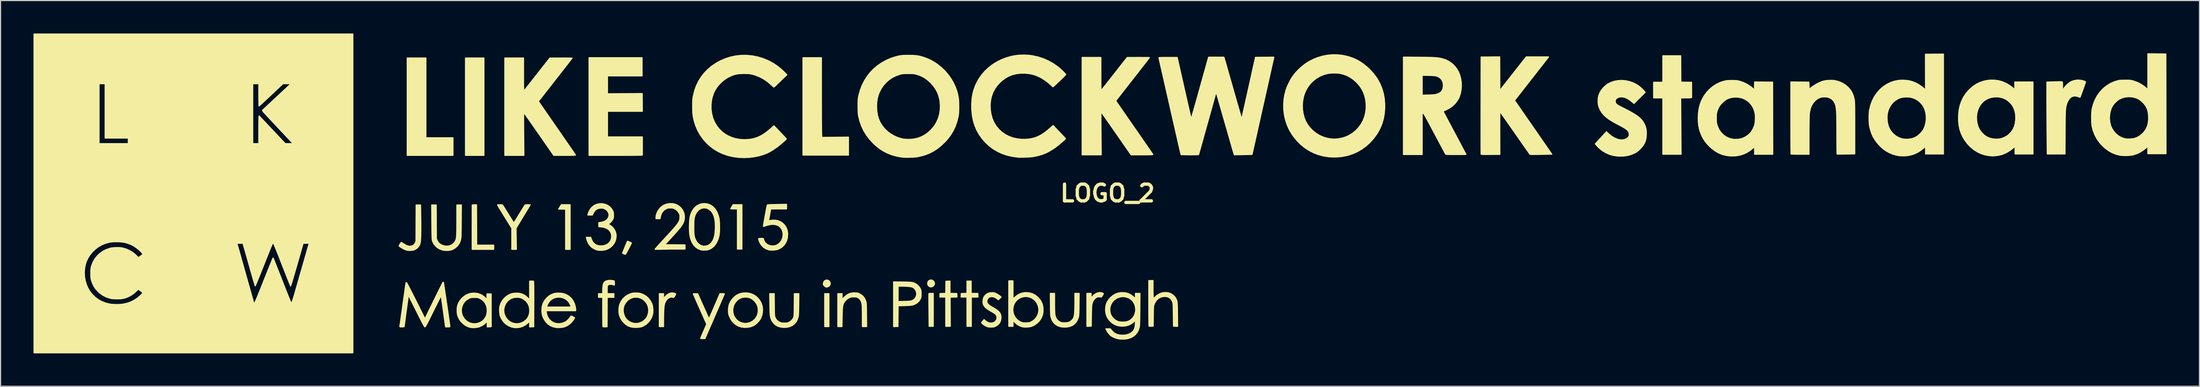
<source format=kicad_pcb>
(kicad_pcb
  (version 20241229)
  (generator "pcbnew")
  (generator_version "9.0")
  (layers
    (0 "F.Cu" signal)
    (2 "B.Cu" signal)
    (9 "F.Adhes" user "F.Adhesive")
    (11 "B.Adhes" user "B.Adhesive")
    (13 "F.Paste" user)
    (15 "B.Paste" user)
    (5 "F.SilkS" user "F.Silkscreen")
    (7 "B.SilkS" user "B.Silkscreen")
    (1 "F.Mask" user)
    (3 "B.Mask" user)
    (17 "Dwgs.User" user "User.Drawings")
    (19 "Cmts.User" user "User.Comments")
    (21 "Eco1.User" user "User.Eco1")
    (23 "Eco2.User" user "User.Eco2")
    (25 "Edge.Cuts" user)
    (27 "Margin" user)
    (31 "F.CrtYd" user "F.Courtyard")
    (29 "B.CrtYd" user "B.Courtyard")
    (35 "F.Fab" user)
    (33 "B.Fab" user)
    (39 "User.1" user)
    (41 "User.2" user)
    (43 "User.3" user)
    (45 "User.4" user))
  (footprint "LOGO_2"
    (layer "F.Cu")
    (at 97.815 14.553)
    (property "Reference" "LOGO_2" (at 0 0 0) (layer "F.SilkS") (effects (font (size 1.524 1.524) (thickness 0.3))))
    (attr through_hole)
    (fp_poly (pts (xy -56.794 -3.454) (xy -57.633 -3.454) (xy -58.471 -3.454) (xy -58.471 -7.887) (xy -58.471 -12.319) (xy -57.633 -12.319) (xy -56.794 -12.319) (xy -56.794 -7.887) (xy -56.794 -3.454)) (stroke (width 0.1) (type solid)) (fill yes) (layer "F.SilkS"))
    (fp_poly (pts (xy -25.375 12.141) (xy -25.565 12.141) (xy -25.756 12.141) (xy -25.756 10.643) (xy -25.756 9.144) (xy -25.565 9.144) (xy -25.375 9.144) (xy -25.375 10.643) (xy -25.375 12.141)) (stroke (width 0.1) (type solid)) (fill yes) (layer "F.SilkS"))
    (fp_poly (pts (xy -59.614 -3.454) (xy -61.697 -3.454) (xy -63.779 -3.454) (xy -63.779 -7.887) (xy -63.779 -12.319) (xy -62.928 -12.319) (xy -62.078 -12.319) (xy -62.078 -8.687) (xy -62.078 -5.055) (xy -60.846 -5.055) (xy -59.614 -5.055) (xy -59.614 -4.255) (xy -59.614 -3.454)) (stroke (width 0.1) (type solid)) (fill yes) (layer "F.SilkS"))
    (fp_poly (pts (xy -48.946 5.105) (xy -49.149 5.105) (xy -49.352 5.105) (xy -49.352 3.277) (xy -49.352 1.449) (xy -49.67 1.442) (xy -49.988 1.435) (xy -49.868 1.238) (xy -49.748 1.041) (xy -49.347 1.041) (xy -48.946 1.041) (xy -48.946 3.073) (xy -48.946 5.105)) (stroke (width 0.1) (type solid)) (fill yes) (layer "F.SilkS"))
    (fp_poly (pts (xy -55.905 5.105) (xy -56.883 5.105) (xy -57.861 5.105) (xy -57.861 3.088) (xy -57.861 1.07) (xy -57.753 1.054) (xy -57.66 1.045) (xy -57.57 1.045) (xy -57.556 1.046) (xy -57.468 1.054) (xy -57.461 2.889) (xy -57.454 4.724) (xy -56.68 4.724) (xy -55.905 4.724) (xy -55.905 4.915) (xy -55.905 5.105)) (stroke (width 0.1) (type solid)) (fill yes) (layer "F.SilkS"))
    (fp_poly (pts (xy -33.299 5.08) (xy -33.503 5.08) (xy -33.706 5.08) (xy -33.706 3.251) (xy -33.706 1.422) (xy -34.011 1.422) (xy -34.128 1.421) (xy -34.225 1.418) (xy -34.29 1.413) (xy -34.315 1.407) (xy -34.315 1.407) (xy -34.303 1.38) (xy -34.27 1.321) (xy -34.223 1.241) (xy -34.207 1.217) (xy -34.099 1.042) (xy -33.699 1.042) (xy -33.299 1.041) (xy -33.299 3.061) (xy -33.299 5.08)) (stroke (width 0.1) (type solid)) (fill yes) (layer "F.SilkS"))
    (fp_poly (pts (xy -15.875 12.116) (xy -16.061 12.116) (xy -16.248 12.116) (xy -16.264 10.638) (xy -16.266 10.369) (xy -16.268 10.115) (xy -16.27 9.88) (xy -16.271 9.67) (xy -16.271 9.488) (xy -16.271 9.34) (xy -16.27 9.229) (xy -16.268 9.161) (xy -16.266 9.14) (xy -16.236 9.13) (xy -16.169 9.122) (xy -16.078 9.119) (xy -16.064 9.119) (xy -15.875 9.119) (xy -15.875 10.617) (xy -15.875 12.116)) (stroke (width 0.1) (type solid)) (fill yes) (layer "F.SilkS"))
    (fp_poly (pts (xy -15.764 8.172) (xy -15.769 8.279) (xy -15.773 8.293) (xy -15.83 8.399) (xy -15.915 8.476) (xy -16.017 8.519) (xy -16.124 8.523) (xy -16.221 8.487) (xy -16.32 8.405) (xy -16.372 8.307) (xy -16.383 8.223) (xy -16.362 8.095) (xy -16.301 7.994) (xy -16.208 7.927) (xy -16.087 7.9) (xy -16.071 7.899) (xy -15.961 7.922) (xy -15.868 7.982) (xy -15.8 8.069) (xy -15.764 8.172)) (stroke (width 0.1) (type solid)) (fill yes) (layer "F.SilkS"))
    (fp_poly (pts (xy -25.255 8.204) (xy -25.27 8.309) (xy -25.319 8.404) (xy -25.399 8.479) (xy -25.505 8.525) (xy -25.587 8.534) (xy -25.654 8.527) (xy -25.712 8.499) (xy -25.779 8.441) (xy -25.787 8.433) (xy -25.845 8.371) (xy -25.874 8.324) (xy -25.881 8.271) (xy -25.877 8.203) (xy -25.844 8.082) (xy -25.778 7.989) (xy -25.688 7.929) (xy -25.585 7.904) (xy -25.477 7.918) (xy -25.373 7.975) (xy -25.347 7.999) (xy -25.28 8.097) (xy -25.255 8.204)) (stroke (width 0.1) (type solid)) (fill yes) (layer "F.SilkS"))
    (fp_poly (pts (xy -13.714 9.447) (xy -14.026 9.454) (xy -14.338 9.461) (xy -14.33 10.789) (xy -14.321 12.116) (xy -14.527 12.116) (xy -14.732 12.116) (xy -14.732 10.782) (xy -14.732 9.449) (xy -15 9.449) (xy -15.268 9.449) (xy -15.26 9.29) (xy -15.253 9.131) (xy -14.993 9.124) (xy -14.733 9.117) (xy -14.726 8.565) (xy -14.719 8.014) (xy -14.535 8.006) (xy -14.351 7.999) (xy -14.351 8.558) (xy -14.351 9.117) (xy -14.04 9.124) (xy -13.729 9.131) (xy -13.721 9.289) (xy -13.714 9.447)) (stroke (width 0.1) (type solid)) (fill yes) (layer "F.SilkS"))
    (fp_poly (pts (xy -11.798 9.447) (xy -12.103 9.454) (xy -12.408 9.461) (xy -12.408 10.789) (xy -12.408 12.116) (xy -12.605 12.116) (xy -12.802 12.116) (xy -12.802 10.782) (xy -12.802 9.449) (xy -13.07 9.449) (xy -13.337 9.449) (xy -13.33 9.29) (xy -13.322 9.131) (xy -13.062 9.124) (xy -12.802 9.117) (xy -12.802 8.559) (xy -12.802 8.001) (xy -12.611 8.001) (xy -12.421 8.001) (xy -12.421 8.56) (xy -12.421 9.119) (xy -12.118 9.119) (xy -11.815 9.119) (xy -11.807 9.283) (xy -11.798 9.447)) (stroke (width 0.1) (type solid)) (fill yes) (layer "F.SilkS"))
    (fp_poly (pts (xy -23.597 -3.48) (xy -25.667 -3.48) (xy -27.737 -3.48) (xy -27.737 -7.912) (xy -27.737 -12.344) (xy -26.899 -12.344) (xy -26.06 -12.344) (xy -26.06 -9.15) (xy -26.06 -8.743) (xy -26.06 -8.343) (xy -26.059 -7.955) (xy -26.058 -7.582) (xy -26.057 -7.229) (xy -26.056 -6.898) (xy -26.055 -6.593) (xy -26.053 -6.318) (xy -26.051 -6.076) (xy -26.05 -5.871) (xy -26.048 -5.707) (xy -26.046 -5.587) (xy -26.044 -5.523) (xy -26.027 -5.09) (xy -24.812 -5.101) (xy -23.597 -5.112) (xy -23.597 -4.296) (xy -23.597 -3.48)) (stroke (width 0.1) (type solid)) (fill yes) (layer "F.SilkS"))
    (fp_poly (pts (xy 53.188 -8.719) (xy 53.108 -8.703) (xy 53.056 -8.697) (xy 52.964 -8.693) (xy 52.842 -8.689) (xy 52.702 -8.687) (xy 52.611 -8.687) (xy 52.194 -8.687) (xy 52.212 -6.121) (xy 52.23 -3.556) (xy 51.401 -3.556) (xy 50.571 -3.556) (xy 50.571 -6.121) (xy 50.571 -8.687) (xy 50.152 -8.687) (xy 49.733 -8.687) (xy 49.733 -9.398) (xy 49.733 -10.109) (xy 50.152 -10.109) (xy 50.571 -10.109) (xy 50.571 -11.316) (xy 50.571 -12.522) (xy 51.384 -12.522) (xy 52.197 -12.522) (xy 52.203 -11.322) (xy 52.21 -10.122) (xy 52.699 -10.115) (xy 53.188 -10.108) (xy 53.188 -9.413) (xy 53.188 -8.719)) (stroke (width 0.1) (type solid)) (fill yes) (layer "F.SilkS"))
    (fp_poly (pts (xy -42.366 -7.468) (xy -43.954 -7.468) (xy -45.542 -7.468) (xy -45.542 -6.299) (xy -45.542 -5.131) (xy -43.955 -5.131) (xy -42.367 -5.131) (xy -42.367 -4.308) (xy -42.367 -3.486) (xy -42.447 -3.47) (xy -42.483 -3.468) (xy -42.567 -3.466) (xy -42.694 -3.464) (xy -42.861 -3.462) (xy -43.063 -3.46) (xy -43.298 -3.458) (xy -43.562 -3.457) (xy -43.851 -3.456) (xy -44.16 -3.455) (xy -44.488 -3.455) (xy -44.829 -3.454) (xy -44.872 -3.454) (xy -47.219 -3.454) (xy -47.219 -7.899) (xy -47.219 -12.344) (xy -44.806 -12.344) (xy -42.393 -12.344) (xy -42.393 -11.519) (xy -42.393 -10.693) (xy -43.967 -10.693) (xy -45.542 -10.693) (xy -45.542 -9.878) (xy -45.542 -9.062) (xy -43.961 -9.071) (xy -42.38 -9.081) (xy -42.373 -8.274) (xy -42.366 -7.468)) (stroke (width 0.1) (type solid)) (fill yes) (layer "F.SilkS"))
    (fp_poly (pts (xy -43.368 4.525) (xy -43.376 4.552) (xy -43.404 4.615) (xy -43.449 4.708) (xy -43.506 4.821) (xy -43.571 4.948) (xy -43.64 5.081) (xy -43.71 5.211) (xy -43.775 5.331) (xy -43.833 5.434) (xy -43.878 5.511) (xy -43.907 5.555) (xy -43.914 5.562) (xy -43.944 5.552) (xy -44.004 5.527) (xy -44.043 5.51) (xy -44.11 5.479) (xy -44.154 5.457) (xy -44.164 5.451) (xy -44.156 5.427) (xy -44.133 5.364) (xy -44.096 5.271) (xy -44.049 5.154) (xy -43.997 5.024) (xy -43.94 4.886) (xy -43.885 4.75) (xy -43.832 4.623) (xy -43.786 4.514) (xy -43.75 4.431) (xy -43.728 4.381) (xy -43.723 4.371) (xy -43.696 4.375) (xy -43.639 4.395) (xy -43.564 4.425) (xy -43.486 4.46) (xy -43.418 4.493) (xy -43.376 4.518) (xy -43.368 4.525)) (stroke (width 0.1) (type solid)) (fill yes) (layer "F.SilkS"))
    (fp_poly (pts (xy -39.331 9.17) (xy -39.337 9.201) (xy -39.365 9.262) (xy -39.409 9.34) (xy -39.414 9.346) (xy -39.474 9.434) (xy -39.518 9.479) (xy -39.548 9.485) (xy -39.69 9.452) (xy -39.832 9.467) (xy -39.968 9.526) (xy -40.095 9.626) (xy -40.206 9.764) (xy -40.298 9.937) (xy -40.336 10.034) (xy -40.365 10.155) (xy -40.39 10.326) (xy -40.409 10.547) (xy -40.423 10.818) (xy -40.432 11.139) (xy -40.436 11.51) (xy -40.436 11.563) (xy -40.437 12.141) (xy -40.627 12.141) (xy -40.818 12.141) (xy -40.818 10.643) (xy -40.818 9.144) (xy -40.627 9.144) (xy -40.437 9.144) (xy -40.437 9.363) (xy -40.437 9.582) (xy -40.271 9.402) (xy -40.102 9.246) (xy -39.933 9.14) (xy -39.764 9.084) (xy -39.595 9.078) (xy -39.475 9.105) (xy -39.4 9.133) (xy -39.347 9.158) (xy -39.331 9.17)) (stroke (width 0.1) (type solid)) (fill yes) (layer "F.SilkS"))
    (fp_poly (pts (xy -0.381 9.146) (xy -0.394 9.178) (xy -0.427 9.238) (xy -0.469 9.306) (xy -0.557 9.443) (xy -0.719 9.43) (xy -0.831 9.427) (xy -0.915 9.439) (xy -0.979 9.464) (xy -1.108 9.548) (xy -1.225 9.667) (xy -1.315 9.805) (xy -1.319 9.813) (xy -1.352 9.884) (xy -1.379 9.949) (xy -1.402 10.016) (xy -1.419 10.089) (xy -1.433 10.175) (xy -1.444 10.278) (xy -1.452 10.406) (xy -1.458 10.564) (xy -1.463 10.758) (xy -1.468 10.993) (xy -1.471 11.151) (xy -1.486 12.103) (xy -1.683 12.111) (xy -1.88 12.118) (xy -1.88 10.618) (xy -1.88 9.119) (xy -1.689 9.119) (xy -1.499 9.119) (xy -1.499 9.322) (xy -1.496 9.416) (xy -1.491 9.487) (xy -1.482 9.522) (xy -1.48 9.524) (xy -1.455 9.505) (xy -1.413 9.457) (xy -1.384 9.42) (xy -1.255 9.277) (xy -1.101 9.163) (xy -0.934 9.084) (xy -0.764 9.045) (xy -0.709 9.042) (xy -0.624 9.05) (xy -0.535 9.068) (xy -0.456 9.094) (xy -0.4 9.122) (xy -0.381 9.146)) (stroke (width 0.1) (type solid)) (fill yes) (layer "F.SilkS"))
    (fp_poly (pts (xy -52.581 1.054) (xy -53.225 2.117) (xy -53.869 3.18) (xy -53.854 4.143) (xy -53.84 5.105) (xy -54.047 5.105) (xy -54.254 5.105) (xy -54.254 4.142) (xy -54.254 3.178) (xy -54.902 2.133) (xy -55.031 1.924) (xy -55.152 1.729) (xy -55.261 1.55) (xy -55.357 1.393) (xy -55.436 1.262) (xy -55.496 1.16) (xy -55.535 1.093) (xy -55.55 1.064) (xy -55.55 1.064) (xy -55.526 1.053) (xy -55.46 1.047) (xy -55.361 1.046) (xy -55.328 1.047) (xy -55.105 1.054) (xy -54.606 1.854) (xy -54.492 2.037) (xy -54.386 2.206) (xy -54.291 2.358) (xy -54.21 2.487) (xy -54.147 2.588) (xy -54.104 2.657) (xy -54.085 2.687) (xy -54.085 2.687) (xy -54.067 2.678) (xy -54.027 2.628) (xy -53.964 2.537) (xy -53.877 2.404) (xy -53.767 2.229) (xy -53.632 2.01) (xy -53.582 1.927) (xy -53.47 1.744) (xy -53.365 1.573) (xy -53.271 1.42) (xy -53.19 1.289) (xy -53.126 1.187) (xy -53.082 1.117) (xy -53.061 1.087) (xy -53.035 1.063) (xy -52.997 1.05) (xy -52.935 1.045) (xy -52.837 1.046) (xy -52.802 1.047) (xy -52.581 1.054)) (stroke (width 0.1) (type solid)) (fill yes) (layer "F.SilkS"))
    (fp_poly (pts (xy -62.539 3.03) (xy -62.54 3.383) (xy -62.544 3.694) (xy -62.552 3.961) (xy -62.563 4.182) (xy -62.577 4.355) (xy -62.588 4.443) (xy -62.642 4.656) (xy -62.734 4.835) (xy -62.865 4.983) (xy -63.036 5.099) (xy -63.091 5.126) (xy -63.172 5.16) (xy -63.252 5.181) (xy -63.349 5.193) (xy -63.48 5.2) (xy -63.487 5.2) (xy -63.616 5.203) (xy -63.714 5.198) (xy -63.798 5.183) (xy -63.89 5.157) (xy -63.929 5.143) (xy -64.065 5.085) (xy -64.221 5.002) (xy -64.381 4.903) (xy -64.505 4.815) (xy -64.515 4.79) (xy -64.499 4.744) (xy -64.455 4.669) (xy -64.434 4.637) (xy -64.383 4.561) (xy -64.344 4.504) (xy -64.325 4.476) (xy -64.324 4.475) (xy -64.302 4.485) (xy -64.247 4.516) (xy -64.171 4.564) (xy -64.137 4.585) (xy -63.98 4.683) (xy -63.851 4.751) (xy -63.742 4.795) (xy -63.64 4.818) (xy -63.537 4.823) (xy -63.501 4.822) (xy -63.342 4.796) (xy -63.217 4.737) (xy -63.117 4.637) (xy -63.049 4.524) (xy -62.979 4.381) (xy -62.972 2.724) (xy -62.965 1.067) (xy -62.766 1.067) (xy -62.566 1.067) (xy -62.547 2.203) (xy -62.541 2.636) (xy -62.539 3.03)) (stroke (width 0.1) (type solid)) (fill yes) (layer "F.SilkS"))
    (fp_poly (pts (xy -44.909 8.272) (xy -44.911 8.326) (xy -44.921 8.35) (xy -44.943 8.352) (xy -44.963 8.347) (xy -45.138 8.305) (xy -45.276 8.289) (xy -45.383 8.299) (xy -45.467 8.337) (xy -45.507 8.37) (xy -45.531 8.396) (xy -45.548 8.426) (xy -45.558 8.467) (xy -45.564 8.53) (xy -45.567 8.623) (xy -45.568 8.755) (xy -45.568 8.787) (xy -45.568 9.144) (xy -45.263 9.144) (xy -44.958 9.144) (xy -44.958 9.309) (xy -44.958 9.474) (xy -45.263 9.474) (xy -45.567 9.474) (xy -45.574 10.814) (xy -45.58 12.154) (xy -45.759 12.161) (xy -45.85 12.163) (xy -45.921 12.159) (xy -45.955 12.151) (xy -45.956 12.151) (xy -45.959 12.123) (xy -45.963 12.048) (xy -45.966 11.933) (xy -45.968 11.781) (xy -45.97 11.598) (xy -45.972 11.387) (xy -45.973 11.155) (xy -45.974 10.905) (xy -45.974 10.803) (xy -45.974 9.474) (xy -46.164 9.474) (xy -46.355 9.474) (xy -46.355 9.309) (xy -46.355 9.144) (xy -46.164 9.144) (xy -45.974 9.144) (xy -45.973 8.871) (xy -45.967 8.637) (xy -45.948 8.44) (xy -45.918 8.285) (xy -45.878 8.176) (xy -45.87 8.162) (xy -45.774 8.055) (xy -45.641 7.98) (xy -45.473 7.939) (xy -45.393 7.932) (xy -45.274 7.932) (xy -45.152 7.941) (xy -45.06 7.956) (xy -44.92 7.989) (xy -44.912 8.176) (xy -44.909 8.272)) (stroke (width 0.1) (type solid)) (fill yes) (layer "F.SilkS"))
    (fp_poly (pts (xy -34.907 9.179) (xy -34.91 9.188) (xy -34.923 9.218) (xy -34.954 9.291) (xy -35.002 9.403) (xy -35.066 9.551) (xy -35.145 9.733) (xy -35.236 9.943) (xy -35.338 10.179) (xy -35.45 10.438) (xy -35.571 10.715) (xy -35.698 11.008) (xy -35.796 11.233) (xy -36.665 13.233) (xy -36.862 13.233) (xy -36.954 13.231) (xy -37.024 13.225) (xy -37.057 13.217) (xy -37.059 13.215) (xy -37.049 13.187) (xy -37.021 13.12) (xy -36.978 13.018) (xy -36.923 12.888) (xy -36.858 12.736) (xy -36.785 12.569) (xy -36.78 12.558) (xy -36.501 11.919) (xy -37.11 10.553) (xy -37.22 10.305) (xy -37.324 10.071) (xy -37.42 9.855) (xy -37.505 9.661) (xy -37.579 9.493) (xy -37.639 9.355) (xy -37.684 9.251) (xy -37.711 9.187) (xy -37.719 9.164) (xy -37.696 9.155) (xy -37.634 9.149) (xy -37.546 9.149) (xy -37.522 9.149) (xy -37.325 9.157) (xy -36.817 10.293) (xy -36.717 10.518) (xy -36.622 10.728) (xy -36.536 10.919) (xy -36.459 11.086) (xy -36.395 11.225) (xy -36.346 11.331) (xy -36.312 11.401) (xy -36.297 11.429) (xy -36.297 11.43) (xy -36.284 11.407) (xy -36.254 11.342) (xy -36.207 11.24) (xy -36.147 11.104) (xy -36.074 10.94) (xy -35.991 10.751) (xy -35.9 10.542) (xy -35.803 10.317) (xy -35.79 10.287) (xy -35.296 9.144) (xy -35.095 9.144) (xy -34.995 9.145) (xy -34.937 9.15) (xy -34.91 9.16) (xy -34.907 9.179)) (stroke (width 0.1) (type solid)) (fill yes) (layer "F.SilkS"))
    (fp_poly (pts (xy -58.848 1.067) (xy -58.859 2.534) (xy -58.861 2.851) (xy -58.864 3.122) (xy -58.867 3.351) (xy -58.87 3.542) (xy -58.873 3.7) (xy -58.877 3.828) (xy -58.882 3.932) (xy -58.888 4.015) (xy -58.895 4.082) (xy -58.903 4.137) (xy -58.912 4.184) (xy -58.913 4.191) (xy -58.981 4.416) (xy -59.073 4.605) (xy -59.197 4.772) (xy -59.283 4.86) (xy -59.459 5.005) (xy -59.638 5.108) (xy -59.831 5.172) (xy -60.05 5.201) (xy -60.185 5.205) (xy -60.31 5.2) (xy -60.437 5.188) (xy -60.541 5.172) (xy -60.559 5.168) (xy -60.791 5.087) (xy -61.001 4.968) (xy -61.183 4.814) (xy -61.332 4.632) (xy -61.442 4.427) (xy -61.497 4.255) (xy -61.504 4.195) (xy -61.511 4.085) (xy -61.517 3.925) (xy -61.523 3.714) (xy -61.528 3.454) (xy -61.532 3.143) (xy -61.535 2.782) (xy -61.537 2.597) (xy -61.548 1.067) (xy -61.344 1.067) (xy -61.14 1.067) (xy -61.133 2.597) (xy -61.125 4.128) (xy -61.065 4.277) (xy -60.971 4.451) (xy -60.843 4.59) (xy -60.678 4.696) (xy -60.464 4.779) (xy -60.252 4.817) (xy -60.048 4.81) (xy -59.855 4.762) (xy -59.681 4.674) (xy -59.53 4.546) (xy -59.409 4.382) (xy -59.369 4.304) (xy -59.346 4.25) (xy -59.327 4.19) (xy -59.311 4.12) (xy -59.297 4.036) (xy -59.286 3.934) (xy -59.277 3.81) (xy -59.27 3.659) (xy -59.265 3.477) (xy -59.262 3.261) (xy -59.26 3.006) (xy -59.259 2.708) (xy -59.258 2.407) (xy -59.258 1.067) (xy -59.053 1.067) (xy -58.848 1.067)) (stroke (width 0.1) (type solid)) (fill yes) (layer "F.SilkS"))
    (fp_poly (pts (xy -21.942 12.141) (xy -22.134 12.141) (xy -22.327 12.141) (xy -22.327 11.22) (xy -22.328 11.001) (xy -22.33 10.79) (xy -22.333 10.595) (xy -22.337 10.423) (xy -22.342 10.282) (xy -22.348 10.178) (xy -22.353 10.125) (xy -22.402 9.91) (xy -22.484 9.734) (xy -22.6 9.595) (xy -22.746 9.491) (xy -22.801 9.465) (xy -22.862 9.449) (xy -22.941 9.44) (xy -23.051 9.437) (xy -23.114 9.436) (xy -23.238 9.437) (xy -23.326 9.443) (xy -23.396 9.455) (xy -23.461 9.477) (xy -23.538 9.513) (xy -23.549 9.518) (xy -23.728 9.633) (xy -23.887 9.787) (xy -24.012 9.961) (xy -24.047 10.027) (xy -24.077 10.097) (xy -24.101 10.176) (xy -24.12 10.27) (xy -24.136 10.384) (xy -24.148 10.525) (xy -24.157 10.697) (xy -24.164 10.907) (xy -24.17 11.159) (xy -24.173 11.284) (xy -24.189 12.141) (xy -24.375 12.141) (xy -24.562 12.141) (xy -24.562 10.643) (xy -24.562 9.144) (xy -24.371 9.144) (xy -24.181 9.144) (xy -24.181 9.401) (xy -24.181 9.659) (xy -23.979 9.466) (xy -23.794 9.307) (xy -23.615 9.192) (xy -23.431 9.117) (xy -23.231 9.078) (xy -23.006 9.071) (xy -22.988 9.072) (xy -22.863 9.079) (xy -22.77 9.091) (xy -22.692 9.113) (xy -22.61 9.147) (xy -22.577 9.163) (xy -22.38 9.287) (xy -22.219 9.446) (xy -22.094 9.642) (xy -22.005 9.87) (xy -21.994 9.914) (xy -21.985 9.967) (xy -21.978 10.033) (xy -21.971 10.119) (xy -21.966 10.228) (xy -21.962 10.366) (xy -21.958 10.539) (xy -21.955 10.751) (xy -21.953 11.007) (xy -21.952 11.081) (xy -21.942 12.141)) (stroke (width 0.1) (type solid)) (fill yes) (layer "F.SilkS"))
    (fp_poly (pts (xy -16.98 9.157) (xy -16.981 9.29) (xy -16.985 9.386) (xy -16.995 9.459) (xy -17.012 9.522) (xy -17.039 9.588) (xy -17.053 9.62) (xy -17.164 9.801) (xy -17.315 9.954) (xy -17.378 9.995) (xy -17.378 9.137) (xy -17.382 9.087) (xy -17.425 8.919) (xy -17.505 8.767) (xy -17.618 8.641) (xy -17.754 8.552) (xy -17.771 8.544) (xy -17.861 8.518) (xy -17.995 8.496) (xy -18.164 8.479) (xy -18.363 8.466) (xy -18.585 8.46) (xy -18.701 8.459) (xy -19.075 8.458) (xy -19.075 9.159) (xy -19.075 9.861) (xy -18.523 9.849) (xy -18.32 9.843) (xy -18.161 9.837) (xy -18.038 9.828) (xy -17.944 9.818) (xy -17.872 9.804) (xy -17.834 9.793) (xy -17.681 9.719) (xy -17.553 9.607) (xy -17.456 9.467) (xy -17.396 9.307) (xy -17.378 9.137) (xy -17.378 9.995) (xy -17.502 10.076) (xy -17.72 10.163) (xy -17.805 10.185) (xy -17.872 10.195) (xy -17.98 10.205) (xy -18.12 10.214) (xy -18.28 10.222) (xy -18.453 10.228) (xy -18.51 10.23) (xy -19.075 10.243) (xy -19.081 11.186) (xy -19.088 12.129) (xy -19.285 12.136) (xy -19.482 12.143) (xy -19.482 10.108) (xy -19.482 8.072) (xy -18.688 8.084) (xy -18.439 8.088) (xy -18.234 8.093) (xy -18.067 8.1) (xy -17.931 8.11) (xy -17.821 8.123) (xy -17.729 8.141) (xy -17.65 8.164) (xy -17.577 8.194) (xy -17.503 8.23) (xy -17.47 8.248) (xy -17.33 8.346) (xy -17.198 8.479) (xy -17.089 8.63) (xy -17.048 8.707) (xy -17.018 8.774) (xy -16.999 8.835) (xy -16.987 8.903) (xy -16.982 8.991) (xy -16.98 9.113) (xy -16.98 9.157)) (stroke (width 0.1) (type solid)) (fill yes) (layer "F.SilkS"))
    (fp_poly (pts (xy -2.587 9.119) (xy -2.598 10.116) (xy -2.601 10.379) (xy -2.604 10.597) (xy -2.608 10.775) (xy -2.613 10.917) (xy -2.619 11.031) (xy -2.625 11.119) (xy -2.634 11.189) (xy -2.644 11.246) (xy -2.651 11.275) (xy -2.731 11.498) (xy -2.846 11.699) (xy -2.99 11.87) (xy -3.157 12.003) (xy -3.242 12.051) (xy -3.45 12.129) (xy -3.685 12.175) (xy -3.932 12.189) (xy -4.178 12.169) (xy -4.266 12.152) (xy -4.493 12.082) (xy -4.688 11.973) (xy -4.819 11.864) (xy -4.947 11.719) (xy -5.043 11.563) (xy -5.116 11.38) (xy -5.137 11.309) (xy -5.151 11.256) (xy -5.162 11.203) (xy -5.171 11.145) (xy -5.179 11.075) (xy -5.185 10.988) (xy -5.189 10.879) (xy -5.193 10.741) (xy -5.196 10.57) (xy -5.198 10.359) (xy -5.201 10.116) (xy -5.211 9.119) (xy -5.018 9.119) (xy -4.826 9.119) (xy -4.826 9.95) (xy -4.825 10.162) (xy -4.823 10.368) (xy -4.819 10.559) (xy -4.815 10.728) (xy -4.81 10.865) (xy -4.804 10.964) (xy -4.801 10.994) (xy -4.757 11.218) (xy -4.68 11.404) (xy -4.567 11.557) (xy -4.418 11.677) (xy -4.318 11.732) (xy -4.247 11.763) (xy -4.181 11.782) (xy -4.105 11.793) (xy -4.004 11.798) (xy -3.912 11.798) (xy -3.73 11.792) (xy -3.585 11.769) (xy -3.463 11.725) (xy -3.353 11.656) (xy -3.26 11.577) (xy -3.199 11.514) (xy -3.147 11.45) (xy -3.103 11.378) (xy -3.068 11.295) (xy -3.039 11.195) (xy -3.017 11.075) (xy -3 10.93) (xy -2.988 10.754) (xy -2.98 10.544) (xy -2.975 10.294) (xy -2.973 10.001) (xy -2.973 9.836) (xy -2.972 9.119) (xy -2.779 9.119) (xy -2.587 9.119)) (stroke (width 0.1) (type solid)) (fill yes) (layer "F.SilkS"))
    (fp_poly (pts (xy -28.113 9.144) (xy -28.125 10.116) (xy -28.129 10.385) (xy -28.133 10.609) (xy -28.138 10.792) (xy -28.143 10.94) (xy -28.15 11.056) (xy -28.159 11.147) (xy -28.168 11.217) (xy -28.176 11.256) (xy -28.257 11.505) (xy -28.374 11.719) (xy -28.525 11.896) (xy -28.709 12.036) (xy -28.925 12.136) (xy -29.169 12.196) (xy -29.439 12.215) (xy -29.563 12.209) (xy -29.696 12.194) (xy -29.793 12.178) (xy -30.029 12.103) (xy -30.233 11.989) (xy -30.404 11.837) (xy -30.541 11.649) (xy -30.643 11.424) (xy -30.697 11.224) (xy -30.709 11.153) (xy -30.719 11.055) (xy -30.728 10.929) (xy -30.735 10.768) (xy -30.741 10.569) (xy -30.747 10.327) (xy -30.751 10.09) (xy -30.767 9.144) (xy -30.562 9.144) (xy -30.357 9.144) (xy -30.348 10.154) (xy -30.345 10.407) (xy -30.343 10.616) (xy -30.341 10.784) (xy -30.337 10.917) (xy -30.333 11.021) (xy -30.328 11.101) (xy -30.322 11.162) (xy -30.313 11.21) (xy -30.303 11.249) (xy -30.29 11.286) (xy -30.282 11.305) (xy -30.19 11.48) (xy -30.063 11.619) (xy -29.898 11.729) (xy -29.876 11.74) (xy -29.798 11.777) (xy -29.734 11.801) (xy -29.668 11.815) (xy -29.588 11.821) (xy -29.476 11.823) (xy -29.426 11.823) (xy -29.298 11.822) (xy -29.206 11.816) (xy -29.136 11.805) (xy -29.073 11.784) (xy -29.004 11.753) (xy -29.002 11.752) (xy -28.863 11.664) (xy -28.736 11.545) (xy -28.635 11.41) (xy -28.585 11.309) (xy -28.574 11.274) (xy -28.564 11.232) (xy -28.556 11.178) (xy -28.55 11.108) (xy -28.545 11.015) (xy -28.541 10.894) (xy -28.537 10.742) (xy -28.534 10.551) (xy -28.532 10.318) (xy -28.53 10.166) (xy -28.521 9.144) (xy -28.317 9.144) (xy -28.113 9.144)) (stroke (width 0.1) (type solid)) (fill yes) (layer "F.SilkS"))
    (fp_poly (pts (xy 89.066 -10.155) (xy 89.06 -10.13) (xy 89.039 -10.064) (xy 89.006 -9.966) (xy 88.963 -9.841) (xy 88.913 -9.698) (xy 88.858 -9.543) (xy 88.802 -9.385) (xy 88.746 -9.229) (xy 88.693 -9.084) (xy 88.646 -8.956) (xy 88.607 -8.853) (xy 88.579 -8.782) (xy 88.565 -8.75) (xy 88.565 -8.75) (xy 88.538 -8.753) (xy 88.478 -8.773) (xy 88.403 -8.801) (xy 88.219 -8.854) (xy 88.039 -8.862) (xy 87.871 -8.826) (xy 87.723 -8.745) (xy 87.712 -8.736) (xy 87.605 -8.63) (xy 87.503 -8.49) (xy 87.416 -8.33) (xy 87.361 -8.191) (xy 87.336 -8.111) (xy 87.314 -8.036) (xy 87.295 -7.963) (xy 87.278 -7.888) (xy 87.264 -7.807) (xy 87.252 -7.715) (xy 87.242 -7.61) (xy 87.234 -7.488) (xy 87.227 -7.344) (xy 87.222 -7.175) (xy 87.218 -6.977) (xy 87.214 -6.746) (xy 87.212 -6.478) (xy 87.209 -6.17) (xy 87.207 -5.817) (xy 87.206 -5.556) (xy 87.195 -3.581) (xy 86.388 -3.581) (xy 85.581 -3.581) (xy 85.564 -5.414) (xy 85.561 -5.767) (xy 85.558 -6.146) (xy 85.556 -6.539) (xy 85.553 -6.939) (xy 85.551 -7.336) (xy 85.549 -7.719) (xy 85.548 -8.08) (xy 85.547 -8.409) (xy 85.547 -8.688) (xy 85.547 -10.129) (xy 86.219 -10.148) (xy 86.401 -10.152) (xy 86.566 -10.155) (xy 86.709 -10.156) (xy 86.823 -10.156) (xy 86.899 -10.154) (xy 86.931 -10.151) (xy 86.946 -10.138) (xy 86.956 -10.108) (xy 86.964 -10.053) (xy 86.968 -9.967) (xy 86.97 -9.842) (xy 86.97 -9.735) (xy 86.971 -9.335) (xy 87.053 -9.487) (xy 87.134 -9.612) (xy 87.245 -9.747) (xy 87.375 -9.882) (xy 87.512 -10.004) (xy 87.645 -10.103) (xy 87.733 -10.154) (xy 87.988 -10.252) (xy 88.249 -10.303) (xy 88.51 -10.308) (xy 88.763 -10.267) (xy 88.883 -10.229) (xy 88.969 -10.197) (xy 89.034 -10.17) (xy 89.065 -10.155) (xy 89.066 -10.155)) (stroke (width 0.1) (type solid)) (fill yes) (layer "F.SilkS"))
    (fp_poly (pts (xy -5.875 10.528) (xy -5.88 10.812) (xy -5.927 11.07) (xy -6.018 11.309) (xy -6.154 11.536) (xy -6.232 11.636) (xy -6.255 11.66) (xy -6.255 10.562) (xy -6.269 10.433) (xy -6.332 10.193) (xy -6.436 9.977) (xy -6.575 9.789) (xy -6.744 9.633) (xy -6.939 9.514) (xy -7.156 9.434) (xy -7.389 9.4) (xy -7.442 9.399) (xy -7.68 9.422) (xy -7.898 9.488) (xy -8.094 9.592) (xy -8.264 9.729) (xy -8.405 9.894) (xy -8.514 10.082) (xy -8.589 10.289) (xy -8.626 10.508) (xy -8.622 10.736) (xy -8.575 10.966) (xy -8.498 11.163) (xy -8.37 11.369) (xy -8.204 11.542) (xy -8.003 11.68) (xy -7.811 11.767) (xy -7.734 11.789) (xy -7.647 11.802) (xy -7.535 11.806) (xy -7.403 11.805) (xy -7.276 11.801) (xy -7.185 11.794) (xy -7.113 11.78) (xy -7.044 11.757) (xy -6.964 11.72) (xy -6.929 11.703) (xy -6.73 11.577) (xy -6.56 11.417) (xy -6.424 11.227) (xy -6.325 11.017) (xy -6.268 10.793) (xy -6.255 10.562) (xy -6.255 11.66) (xy -6.378 11.787) (xy -6.555 11.925) (xy -6.744 12.041) (xy -6.912 12.115) (xy -7.05 12.15) (xy -7.216 12.174) (xy -7.394 12.185) (xy -7.566 12.182) (xy -7.715 12.166) (xy -7.772 12.153) (xy -7.999 12.072) (xy -8.2 11.958) (xy -8.389 11.803) (xy -8.422 11.77) (xy -8.611 11.582) (xy -8.611 11.849) (xy -8.611 12.116) (xy -8.801 12.116) (xy -8.992 12.116) (xy -8.992 10.046) (xy -8.992 7.976) (xy -8.801 7.976) (xy -8.611 7.976) (xy -8.611 8.804) (xy -8.611 9.633) (xy -8.426 9.458) (xy -8.209 9.284) (xy -7.976 9.157) (xy -7.726 9.079) (xy -7.459 9.048) (xy -7.315 9.05) (xy -7.046 9.088) (xy -6.801 9.168) (xy -6.574 9.294) (xy -6.361 9.467) (xy -6.315 9.512) (xy -6.139 9.72) (xy -6.01 9.941) (xy -5.925 10.182) (xy -5.88 10.449) (xy -5.875 10.528)) (stroke (width 0.1) (type solid)) (fill yes) (layer "F.SilkS"))
    (fp_poly (pts (xy -31.42 10.62) (xy -31.439 10.885) (xy -31.495 11.142) (xy -31.589 11.379) (xy -31.614 11.427) (xy -31.712 11.574) (xy -31.805 11.684) (xy -31.805 10.666) (xy -31.826 10.425) (xy -31.864 10.268) (xy -31.939 10.096) (xy -32.053 9.925) (xy -32.195 9.767) (xy -32.356 9.634) (xy -32.524 9.537) (xy -32.562 9.521) (xy -32.725 9.476) (xy -32.91 9.454) (xy -33.095 9.457) (xy -33.258 9.485) (xy -33.263 9.486) (xy -33.414 9.537) (xy -33.538 9.599) (xy -33.655 9.681) (xy -33.751 9.765) (xy -33.907 9.942) (xy -34.022 10.142) (xy -34.098 10.359) (xy -34.132 10.584) (xy -34.126 10.812) (xy -34.079 11.034) (xy -33.99 11.245) (xy -33.861 11.436) (xy -33.786 11.518) (xy -33.676 11.619) (xy -33.578 11.69) (xy -33.474 11.744) (xy -33.363 11.784) (xy -33.193 11.832) (xy -33.046 11.854) (xy -32.903 11.852) (xy -32.742 11.826) (xy -32.737 11.825) (xy -32.509 11.753) (xy -32.308 11.64) (xy -32.136 11.494) (xy -31.997 11.318) (xy -31.894 11.118) (xy -31.829 10.899) (xy -31.805 10.666) (xy -31.805 11.684) (xy -31.84 11.724) (xy -31.985 11.865) (xy -32.135 11.983) (xy -32.263 12.06) (xy -32.5 12.15) (xy -32.759 12.202) (xy -33.029 12.215) (xy -33.297 12.188) (xy -33.35 12.178) (xy -33.598 12.099) (xy -33.826 11.976) (xy -34.032 11.812) (xy -34.209 11.612) (xy -34.353 11.38) (xy -34.45 11.154) (xy -34.486 11.042) (xy -34.508 10.946) (xy -34.52 10.846) (xy -34.524 10.722) (xy -34.525 10.67) (xy -34.507 10.39) (xy -34.452 10.14) (xy -34.356 9.911) (xy -34.216 9.696) (xy -34.062 9.522) (xy -33.871 9.352) (xy -33.675 9.227) (xy -33.462 9.141) (xy -33.223 9.091) (xy -33.069 9.076) (xy -32.786 9.083) (xy -32.519 9.136) (xy -32.269 9.234) (xy -32.043 9.373) (xy -31.844 9.55) (xy -31.676 9.763) (xy -31.544 10.009) (xy -31.502 10.117) (xy -31.441 10.36) (xy -31.42 10.62)) (stroke (width 0.1) (type solid)) (fill yes) (layer "F.SilkS"))
    (fp_poly (pts (xy -41.404 10.66) (xy -41.409 10.848) (xy -41.431 11.012) (xy -41.44 11.049) (xy -41.532 11.312) (xy -41.667 11.552) (xy -41.79 11.703) (xy -41.79 10.577) (xy -41.792 10.555) (xy -41.832 10.322) (xy -41.914 10.112) (xy -42.028 9.931) (xy -42.192 9.753) (xy -42.378 9.616) (xy -42.581 9.521) (xy -42.794 9.468) (xy -43.013 9.459) (xy -43.23 9.493) (xy -43.44 9.571) (xy -43.637 9.693) (xy -43.763 9.805) (xy -43.921 9.999) (xy -44.032 10.212) (xy -44.098 10.439) (xy -44.116 10.676) (xy -44.087 10.918) (xy -44.009 11.161) (xy -43.965 11.256) (xy -43.843 11.444) (xy -43.686 11.601) (xy -43.5 11.723) (xy -43.293 11.809) (xy -43.072 11.854) (xy -42.845 11.856) (xy -42.664 11.824) (xy -42.437 11.74) (xy -42.238 11.617) (xy -42.071 11.459) (xy -41.94 11.272) (xy -41.847 11.059) (xy -41.796 10.826) (xy -41.79 10.577) (xy -41.79 11.703) (xy -41.84 11.765) (xy -42.045 11.945) (xy -42.279 12.087) (xy -42.405 12.142) (xy -42.529 12.176) (xy -42.687 12.199) (xy -42.863 12.212) (xy -43.044 12.213) (xy -43.213 12.203) (xy -43.355 12.181) (xy -43.396 12.17) (xy -43.525 12.129) (xy -43.621 12.091) (xy -43.704 12.05) (xy -43.79 11.996) (xy -43.858 11.948) (xy -44.05 11.782) (xy -44.218 11.578) (xy -44.354 11.348) (xy -44.45 11.102) (xy -44.465 11.049) (xy -44.49 10.898) (xy -44.499 10.718) (xy -44.494 10.526) (xy -44.475 10.342) (xy -44.442 10.181) (xy -44.427 10.135) (xy -44.311 9.876) (xy -44.155 9.647) (xy -43.962 9.449) (xy -43.737 9.288) (xy -43.483 9.168) (xy -43.442 9.153) (xy -43.343 9.122) (xy -43.256 9.102) (xy -43.162 9.091) (xy -43.046 9.086) (xy -42.951 9.086) (xy -42.808 9.088) (xy -42.697 9.096) (xy -42.601 9.112) (xy -42.503 9.138) (xy -42.456 9.153) (xy -42.211 9.259) (xy -41.988 9.408) (xy -41.793 9.594) (xy -41.63 9.813) (xy -41.504 10.059) (xy -41.476 10.135) (xy -41.438 10.285) (xy -41.413 10.466) (xy -41.404 10.66)) (stroke (width 0.1) (type solid)) (fill yes) (layer "F.SilkS"))
    (fp_poly (pts (xy 6.379 12.118) (xy 6.193 12.111) (xy 6.007 12.103) (xy 5.993 11.062) (xy 5.99 10.804) (xy 5.987 10.592) (xy 5.983 10.42) (xy 5.98 10.283) (xy 5.975 10.175) (xy 5.97 10.093) (xy 5.963 10.029) (xy 5.955 9.979) (xy 5.945 9.939) (xy 5.932 9.901) (xy 5.92 9.871) (xy 5.829 9.699) (xy 5.705 9.56) (xy 5.556 9.461) (xy 5.55 9.458) (xy 5.412 9.415) (xy 5.247 9.396) (xy 5.075 9.403) (xy 4.912 9.435) (xy 4.865 9.451) (xy 4.67 9.55) (xy 4.498 9.692) (xy 4.356 9.872) (xy 4.245 10.085) (xy 4.243 10.092) (xy 4.227 10.134) (xy 4.213 10.174) (xy 4.203 10.218) (xy 4.194 10.272) (xy 4.187 10.341) (xy 4.182 10.43) (xy 4.178 10.547) (xy 4.174 10.695) (xy 4.171 10.881) (xy 4.168 11.112) (xy 4.167 11.176) (xy 4.153 12.103) (xy 3.974 12.11) (xy 3.883 12.112) (xy 3.813 12.108) (xy 3.778 12.1) (xy 3.777 12.1) (xy 3.774 12.072) (xy 3.772 11.998) (xy 3.769 11.88) (xy 3.767 11.723) (xy 3.765 11.53) (xy 3.763 11.306) (xy 3.762 11.054) (xy 3.76 10.777) (xy 3.76 10.48) (xy 3.759 10.167) (xy 3.759 10.016) (xy 3.759 7.95) (xy 3.95 7.95) (xy 4.14 7.95) (xy 4.14 8.617) (xy 4.141 8.806) (xy 4.143 8.988) (xy 4.145 9.153) (xy 4.149 9.293) (xy 4.153 9.398) (xy 4.156 9.45) (xy 4.172 9.617) (xy 4.302 9.478) (xy 4.487 9.311) (xy 4.694 9.179) (xy 4.909 9.089) (xy 4.909 9.089) (xy 5.115 9.048) (xy 5.333 9.042) (xy 5.545 9.07) (xy 5.735 9.132) (xy 5.747 9.137) (xy 5.91 9.234) (xy 6.056 9.36) (xy 6.173 9.503) (xy 6.222 9.587) (xy 6.254 9.654) (xy 6.281 9.716) (xy 6.302 9.778) (xy 6.32 9.845) (xy 6.333 9.923) (xy 6.344 10.017) (xy 6.352 10.133) (xy 6.357 10.276) (xy 6.362 10.451) (xy 6.365 10.664) (xy 6.368 10.92) (xy 6.369 11.044) (xy 6.379 12.118)) (stroke (width 0.1) (type solid)) (fill yes) (layer "F.SilkS"))
    (fp_poly (pts (xy -52.251 9.389) (xy -52.251 9.675) (xy -52.252 9.975) (xy -52.253 10.262) (xy -52.261 12.154) (xy -52.445 12.161) (xy -52.619 12.168) (xy -52.619 10.695) (xy -52.636 10.464) (xy -52.693 10.241) (xy -52.789 10.035) (xy -52.924 9.854) (xy -52.925 9.853) (xy -53.101 9.691) (xy -53.285 9.575) (xy -53.484 9.503) (xy -53.709 9.47) (xy -53.81 9.467) (xy -54.056 9.491) (xy -54.281 9.56) (xy -54.482 9.673) (xy -54.656 9.828) (xy -54.802 10.025) (xy -54.844 10.101) (xy -54.941 10.335) (xy -54.986 10.57) (xy -54.982 10.807) (xy -54.952 10.959) (xy -54.868 11.192) (xy -54.746 11.398) (xy -54.592 11.571) (xy -54.412 11.71) (xy -54.209 11.81) (xy -53.99 11.869) (xy -53.759 11.883) (xy -53.564 11.859) (xy -53.349 11.792) (xy -53.148 11.687) (xy -52.972 11.551) (xy -52.831 11.391) (xy -52.81 11.359) (xy -52.705 11.152) (xy -52.641 10.928) (xy -52.619 10.695) (xy -52.619 12.168) (xy -52.629 12.169) (xy -52.629 11.911) (xy -52.629 11.654) (xy -52.81 11.822) (xy -53.033 11.996) (xy -53.277 12.124) (xy -53.536 12.205) (xy -53.807 12.238) (xy -54.064 12.225) (xy -54.294 12.172) (xy -54.524 12.075) (xy -54.74 11.942) (xy -54.856 11.85) (xy -54.979 11.723) (xy -55.098 11.566) (xy -55.202 11.397) (xy -55.28 11.233) (xy -55.298 11.181) (xy -55.337 11.018) (xy -55.361 10.825) (xy -55.369 10.624) (xy -55.36 10.432) (xy -55.336 10.277) (xy -55.255 10.037) (xy -55.129 9.807) (xy -54.966 9.597) (xy -54.772 9.416) (xy -54.666 9.339) (xy -54.501 9.24) (xy -54.346 9.172) (xy -54.184 9.129) (xy -53.998 9.105) (xy -53.911 9.1) (xy -53.651 9.104) (xy -53.42 9.143) (xy -53.212 9.221) (xy -53.016 9.341) (xy -52.824 9.506) (xy -52.813 9.517) (xy -52.629 9.7) (xy -52.629 8.851) (xy -52.629 8.001) (xy -52.453 8.001) (xy -52.278 8.001) (xy -52.261 8.185) (xy -52.259 8.24) (xy -52.257 8.342) (xy -52.255 8.486) (xy -52.253 8.666) (xy -52.252 8.88) (xy -52.251 9.122) (xy -52.251 9.389)) (stroke (width 0.1) (type solid)) (fill yes) (layer "F.SilkS"))
    (fp_poly (pts (xy -38.481 5.08) (xy -39.226 5.08) (xy -39.458 5.081) (xy -39.713 5.083) (xy -39.973 5.085) (xy -40.225 5.089) (xy -40.451 5.093) (xy -40.585 5.097) (xy -40.807 5.102) (xy -40.978 5.103) (xy -41.1 5.102) (xy -41.173 5.096) (xy -41.199 5.088) (xy -41.199 5.087) (xy -41.182 5.064) (xy -41.134 5.007) (xy -41.058 4.921) (xy -40.957 4.808) (xy -40.835 4.672) (xy -40.694 4.517) (xy -40.538 4.347) (xy -40.371 4.166) (xy -40.333 4.125) (xy -40.082 3.853) (xy -39.864 3.615) (xy -39.676 3.408) (xy -39.516 3.228) (xy -39.381 3.073) (xy -39.27 2.939) (xy -39.18 2.823) (xy -39.109 2.722) (xy -39.054 2.633) (xy -39.013 2.553) (xy -38.984 2.478) (xy -38.964 2.405) (xy -38.952 2.332) (xy -38.945 2.254) (xy -38.943 2.206) (xy -38.939 2.094) (xy -38.942 2.014) (xy -38.955 1.95) (xy -38.981 1.882) (xy -39.012 1.818) (xy -39.124 1.643) (xy -39.272 1.502) (xy -39.443 1.4) (xy -39.524 1.366) (xy -39.599 1.346) (xy -39.686 1.336) (xy -39.805 1.334) (xy -39.815 1.334) (xy -39.937 1.337) (xy -40.028 1.347) (xy -40.106 1.368) (xy -40.186 1.401) (xy -40.369 1.513) (xy -40.518 1.661) (xy -40.631 1.844) (xy -40.706 2.059) (xy -40.723 2.143) (xy -40.752 2.311) (xy -40.937 2.311) (xy -41.123 2.311) (xy -41.123 2.202) (xy -41.099 1.999) (xy -41.033 1.791) (xy -40.93 1.589) (xy -40.796 1.403) (xy -40.639 1.241) (xy -40.463 1.114) (xy -40.386 1.074) (xy -40.15 0.988) (xy -39.9 0.944) (xy -39.65 0.943) (xy -39.434 0.979) (xy -39.212 1.062) (xy -39.014 1.185) (xy -38.844 1.344) (xy -38.708 1.53) (xy -38.608 1.74) (xy -38.55 1.965) (xy -38.537 2.201) (xy -38.54 2.254) (xy -38.554 2.366) (xy -38.573 2.471) (xy -38.601 2.572) (xy -38.64 2.675) (xy -38.694 2.781) (xy -38.764 2.896) (xy -38.853 3.023) (xy -38.963 3.165) (xy -39.098 3.328) (xy -39.26 3.514) (xy -39.451 3.727) (xy -39.674 3.972) (xy -39.759 4.064) (xy -40.332 4.686) (xy -39.406 4.693) (xy -38.481 4.7) (xy -38.481 4.89) (xy -38.481 5.08)) (stroke (width 0.1) (type solid)) (fill yes) (layer "F.SilkS"))
    (fp_poly (pts (xy -9.697 9.454) (xy -9.818 9.577) (xy -9.939 9.699) (xy -10.068 9.602) (xy -10.168 9.531) (xy -10.245 9.484) (xy -10.317 9.453) (xy -10.401 9.43) (xy -10.435 9.422) (xy -10.583 9.411) (xy -10.717 9.44) (xy -10.831 9.502) (xy -10.92 9.591) (xy -10.977 9.701) (xy -10.998 9.824) (xy -10.975 9.954) (xy -10.957 9.998) (xy -10.901 10.084) (xy -10.812 10.171) (xy -10.686 10.263) (xy -10.516 10.365) (xy -10.499 10.375) (xy -10.271 10.508) (xy -10.088 10.63) (xy -9.945 10.747) (xy -9.84 10.862) (xy -9.767 10.982) (xy -9.724 11.111) (xy -9.706 11.253) (xy -9.708 11.378) (xy -9.742 11.589) (xy -9.818 11.771) (xy -9.937 11.925) (xy -10.097 12.05) (xy -10.179 12.096) (xy -10.275 12.139) (xy -10.357 12.165) (xy -10.445 12.179) (xy -10.563 12.184) (xy -10.566 12.184) (xy -10.679 12.184) (xy -10.786 12.178) (xy -10.865 12.168) (xy -10.877 12.166) (xy -11.018 12.116) (xy -11.168 12.04) (xy -11.305 11.948) (xy -11.376 11.888) (xy -11.428 11.837) (xy -11.457 11.801) (xy -11.461 11.767) (xy -11.439 11.725) (xy -11.388 11.665) (xy -11.319 11.59) (xy -11.245 11.509) (xy -11.132 11.608) (xy -10.983 11.72) (xy -10.838 11.79) (xy -10.686 11.82) (xy -10.617 11.823) (xy -10.442 11.801) (xy -10.295 11.739) (xy -10.179 11.637) (xy -10.098 11.5) (xy -10.062 11.364) (xy -10.074 11.231) (xy -10.11 11.135) (xy -10.143 11.077) (xy -10.183 11.025) (xy -10.239 10.974) (xy -10.317 10.917) (xy -10.424 10.85) (xy -10.567 10.767) (xy -10.614 10.741) (xy -10.81 10.626) (xy -10.964 10.524) (xy -11.083 10.429) (xy -11.174 10.336) (xy -11.242 10.241) (xy -11.264 10.199) (xy -11.305 10.113) (xy -11.328 10.039) (xy -11.338 9.955) (xy -11.34 9.844) (xy -11.323 9.65) (xy -11.271 9.486) (xy -11.181 9.345) (xy -11.108 9.269) (xy -10.979 9.167) (xy -10.85 9.101) (xy -10.705 9.066) (xy -10.539 9.056) (xy -10.433 9.057) (xy -10.354 9.064) (xy -10.284 9.082) (xy -10.204 9.115) (xy -10.107 9.163) (xy -9.999 9.222) (xy -9.895 9.287) (xy -9.815 9.345) (xy -9.795 9.362) (xy -9.697 9.454)) (stroke (width 0.1) (type solid)) (fill yes) (layer "F.SilkS"))
    (fp_poly (pts (xy -48.438 10.693) (xy -48.863 10.693) (xy -48.863 10.363) (xy -48.879 10.284) (xy -48.919 10.161) (xy -48.986 10.023) (xy -49.071 9.891) (xy -49.162 9.781) (xy -49.178 9.765) (xy -49.362 9.626) (xy -49.566 9.528) (xy -49.782 9.472) (xy -50.005 9.456) (xy -50.226 9.482) (xy -50.437 9.55) (xy -50.632 9.658) (xy -50.762 9.766) (xy -50.855 9.875) (xy -50.944 10.009) (xy -51.018 10.151) (xy -51.065 10.281) (xy -51.069 10.293) (xy -51.085 10.363) (xy -49.974 10.363) (xy -48.863 10.363) (xy -48.863 10.693) (xy -49.787 10.693) (xy -51.136 10.693) (xy -51.118 10.835) (xy -51.065 11.082) (xy -50.973 11.3) (xy -50.846 11.487) (xy -50.69 11.64) (xy -50.509 11.757) (xy -50.307 11.837) (xy -50.09 11.876) (xy -49.861 11.872) (xy -49.625 11.823) (xy -49.387 11.727) (xy -49.377 11.722) (xy -49.287 11.662) (xy -49.183 11.574) (xy -49.079 11.469) (xy -48.988 11.362) (xy -48.944 11.3) (xy -48.898 11.233) (xy -48.862 11.188) (xy -48.846 11.176) (xy -48.815 11.187) (xy -48.757 11.215) (xy -48.686 11.253) (xy -48.617 11.292) (xy -48.563 11.324) (xy -48.54 11.343) (xy -48.539 11.344) (xy -48.552 11.369) (xy -48.585 11.426) (xy -48.633 11.503) (xy -48.642 11.518) (xy -48.797 11.721) (xy -48.984 11.899) (xy -49.194 12.043) (xy -49.417 12.147) (xy -49.52 12.179) (xy -49.65 12.204) (xy -49.806 12.222) (xy -49.97 12.23) (xy -50.121 12.229) (xy -50.228 12.219) (xy -50.501 12.155) (xy -50.739 12.055) (xy -50.944 11.918) (xy -51.12 11.743) (xy -51.189 11.653) (xy -51.325 11.441) (xy -51.42 11.239) (xy -51.48 11.034) (xy -51.509 10.814) (xy -51.514 10.681) (xy -51.503 10.439) (xy -51.467 10.229) (xy -51.4 10.034) (xy -51.299 9.839) (xy -51.241 9.748) (xy -51.078 9.545) (xy -50.885 9.373) (xy -50.669 9.238) (xy -50.438 9.145) (xy -50.326 9.118) (xy -50.157 9.097) (xy -49.964 9.094) (xy -49.766 9.107) (xy -49.582 9.135) (xy -49.436 9.175) (xy -49.247 9.261) (xy -49.059 9.38) (xy -48.893 9.519) (xy -48.82 9.595) (xy -48.703 9.756) (xy -48.601 9.949) (xy -48.518 10.159) (xy -48.462 10.368) (xy -48.439 10.562) (xy -48.438 10.585) (xy -48.438 10.693)) (stroke (width 0.1) (type solid)) (fill yes) (layer "F.SilkS"))
    (fp_poly (pts (xy 40.454 -3.563) (xy 39.48 -3.544) (xy 39.204 -3.539) (xy 38.976 -3.537) (xy 38.794 -3.536) (xy 38.655 -3.537) (xy 38.557 -3.541) (xy 38.496 -3.546) (xy 38.472 -3.553) (xy 38.452 -3.578) (xy 38.406 -3.641) (xy 38.336 -3.74) (xy 38.242 -3.872) (xy 38.128 -4.034) (xy 37.995 -4.222) (xy 37.846 -4.435) (xy 37.682 -4.669) (xy 37.506 -4.921) (xy 37.32 -5.187) (xy 37.126 -5.466) (xy 37.094 -5.511) (xy 36.899 -5.791) (xy 36.712 -6.059) (xy 36.536 -6.312) (xy 36.371 -6.546) (xy 36.221 -6.76) (xy 36.087 -6.95) (xy 35.971 -7.113) (xy 35.876 -7.247) (xy 35.803 -7.348) (xy 35.755 -7.414) (xy 35.733 -7.441) (xy 35.732 -7.442) (xy 35.73 -7.417) (xy 35.727 -7.346) (xy 35.725 -7.231) (xy 35.723 -7.077) (xy 35.721 -6.888) (xy 35.72 -6.668) (xy 35.719 -6.42) (xy 35.719 -6.148) (xy 35.719 -5.856) (xy 35.72 -5.549) (xy 35.72 -5.493) (xy 35.725 -3.543) (xy 34.88 -3.537) (xy 34.64 -3.535) (xy 34.446 -3.535) (xy 34.295 -3.536) (xy 34.182 -3.539) (xy 34.102 -3.543) (xy 34.052 -3.549) (xy 34.027 -3.557) (xy 34.022 -3.562) (xy 34.021 -3.59) (xy 34.02 -3.667) (xy 34.019 -3.789) (xy 34.018 -3.954) (xy 34.017 -4.16) (xy 34.017 -4.403) (xy 34.016 -4.682) (xy 34.016 -4.993) (xy 34.015 -5.334) (xy 34.015 -5.702) (xy 34.015 -6.095) (xy 34.015 -6.51) (xy 34.016 -6.945) (xy 34.016 -7.397) (xy 34.017 -7.863) (xy 34.017 -8.001) (xy 34.023 -12.408) (xy 34.868 -12.415) (xy 35.712 -12.421) (xy 35.719 -10.892) (xy 35.725 -9.362) (xy 36.928 -10.891) (xy 38.132 -12.421) (xy 39.147 -12.421) (xy 40.162 -12.421) (xy 39.988 -12.198) (xy 39.946 -12.145) (xy 39.876 -12.055) (xy 39.779 -11.931) (xy 39.659 -11.778) (xy 39.519 -11.597) (xy 39.36 -11.394) (xy 39.185 -11.171) (xy 38.998 -10.931) (xy 38.8 -10.678) (xy 38.594 -10.416) (xy 38.437 -10.215) (xy 37.06 -8.453) (xy 37.17 -8.297) (xy 37.2 -8.255) (xy 37.256 -8.175) (xy 37.337 -8.058) (xy 37.441 -7.909) (xy 37.565 -7.729) (xy 37.709 -7.522) (xy 37.869 -7.291) (xy 38.044 -7.039) (xy 38.232 -6.768) (xy 38.431 -6.482) (xy 38.638 -6.183) (xy 38.852 -5.875) (xy 38.867 -5.852) (xy 40.454 -3.563)) (stroke (width 0.1) (type solid)) (fill yes) (layer "F.SilkS"))
    (fp_poly (pts (xy -56.128 12.135) (xy -56.148 12.145) (xy -56.206 12.154) (xy -56.292 12.161) (xy -56.305 12.161) (xy -56.49 12.169) (xy -56.49 11.926) (xy -56.49 10.681) (xy -56.512 10.422) (xy -56.579 10.187) (xy -56.688 9.978) (xy -56.838 9.798) (xy -57.028 9.647) (xy -57.175 9.566) (xy -57.247 9.533) (xy -57.308 9.51) (xy -57.371 9.497) (xy -57.448 9.49) (xy -57.553 9.487) (xy -57.658 9.487) (xy -57.791 9.487) (xy -57.887 9.491) (xy -57.959 9.499) (xy -58.021 9.515) (xy -58.086 9.541) (xy -58.169 9.579) (xy -58.169 9.579) (xy -58.378 9.706) (xy -58.554 9.868) (xy -58.691 10.06) (xy -58.788 10.277) (xy -58.841 10.513) (xy -58.851 10.668) (xy -58.826 10.918) (xy -58.755 11.152) (xy -58.636 11.365) (xy -58.5 11.529) (xy -58.313 11.686) (xy -58.105 11.799) (xy -57.88 11.866) (xy -57.646 11.887) (xy -57.407 11.858) (xy -57.367 11.848) (xy -57.133 11.763) (xy -56.931 11.641) (xy -56.764 11.484) (xy -56.635 11.295) (xy -56.545 11.077) (xy -56.497 10.835) (xy -56.49 10.681) (xy -56.49 11.926) (xy -56.491 11.822) (xy -56.495 11.741) (xy -56.501 11.692) (xy -56.505 11.684) (xy -56.53 11.7) (xy -56.582 11.743) (xy -56.65 11.804) (xy -56.671 11.823) (xy -56.836 11.96) (xy -57.003 12.065) (xy -57.195 12.15) (xy -57.223 12.161) (xy -57.381 12.203) (xy -57.568 12.228) (xy -57.764 12.236) (xy -57.951 12.224) (xy -58.057 12.206) (xy -58.287 12.129) (xy -58.507 12.008) (xy -58.71 11.85) (xy -58.889 11.663) (xy -59.036 11.454) (xy -59.145 11.229) (xy -59.194 11.072) (xy -59.218 10.924) (xy -59.23 10.75) (xy -59.23 10.568) (xy -59.218 10.397) (xy -59.193 10.256) (xy -59.193 10.253) (xy -59.107 10.014) (xy -58.979 9.791) (xy -58.817 9.589) (xy -58.626 9.414) (xy -58.413 9.272) (xy -58.184 9.169) (xy -57.985 9.118) (xy -57.701 9.093) (xy -57.431 9.116) (xy -57.178 9.186) (xy -56.944 9.302) (xy -56.731 9.464) (xy -56.648 9.545) (xy -56.515 9.687) (xy -56.515 9.428) (xy -56.515 9.169) (xy -56.325 9.169) (xy -56.134 9.169) (xy -56.134 10.643) (xy -56.134 10.912) (xy -56.134 11.165) (xy -56.133 11.399) (xy -56.132 11.609) (xy -56.132 11.79) (xy -56.131 11.938) (xy -56.13 12.047) (xy -56.129 12.115) (xy -56.128 12.135)) (stroke (width 0.1) (type solid)) (fill yes) (layer "F.SilkS"))
    (fp_poly (pts (xy 84.277 -3.581) (xy 83.464 -3.581) (xy 82.711 -3.581) (xy 82.711 -6.858) (xy 82.703 -7.109) (xy 82.676 -7.328) (xy 82.625 -7.531) (xy 82.547 -7.734) (xy 82.508 -7.82) (xy 82.444 -7.944) (xy 82.381 -8.045) (xy 82.305 -8.14) (xy 82.205 -8.248) (xy 82.186 -8.267) (xy 81.974 -8.455) (xy 81.755 -8.597) (xy 81.521 -8.696) (xy 81.262 -8.757) (xy 81.025 -8.781) (xy 80.715 -8.774) (xy 80.423 -8.721) (xy 80.153 -8.623) (xy 79.908 -8.484) (xy 79.69 -8.305) (xy 79.503 -8.088) (xy 79.35 -7.836) (xy 79.247 -7.589) (xy 79.171 -7.296) (xy 79.136 -6.988) (xy 79.142 -6.676) (xy 79.187 -6.37) (xy 79.271 -6.079) (xy 79.365 -5.867) (xy 79.497 -5.657) (xy 79.662 -5.459) (xy 79.851 -5.285) (xy 80.052 -5.146) (xy 80.15 -5.094) (xy 80.395 -5.003) (xy 80.664 -4.947) (xy 80.942 -4.927) (xy 81.216 -4.946) (xy 81.338 -4.968) (xy 81.546 -5.031) (xy 81.757 -5.126) (xy 81.952 -5.243) (xy 82.09 -5.351) (xy 82.298 -5.568) (xy 82.462 -5.808) (xy 82.584 -6.072) (xy 82.664 -6.363) (xy 82.705 -6.684) (xy 82.711 -6.858) (xy 82.711 -3.581) (xy 82.652 -3.581) (xy 82.652 -3.927) (xy 82.652 -4.272) (xy 82.556 -4.192) (xy 82.268 -3.966) (xy 81.992 -3.784) (xy 81.719 -3.642) (xy 81.443 -3.536) (xy 81.157 -3.465) (xy 80.912 -3.429) (xy 80.765 -3.415) (xy 80.644 -3.409) (xy 80.528 -3.411) (xy 80.397 -3.421) (xy 80.277 -3.433) (xy 79.906 -3.501) (xy 79.549 -3.616) (xy 79.209 -3.777) (xy 78.888 -3.982) (xy 78.589 -4.23) (xy 78.316 -4.518) (xy 78.07 -4.845) (xy 78.067 -4.85) (xy 77.878 -5.166) (xy 77.73 -5.49) (xy 77.62 -5.829) (xy 77.547 -6.192) (xy 77.507 -6.584) (xy 77.503 -6.684) (xy 77.506 -7.146) (xy 77.553 -7.583) (xy 77.644 -7.996) (xy 77.778 -8.383) (xy 77.955 -8.744) (xy 78.174 -9.078) (xy 78.436 -9.384) (xy 78.529 -9.477) (xy 78.826 -9.731) (xy 79.134 -9.937) (xy 79.457 -10.096) (xy 79.799 -10.21) (xy 80.164 -10.281) (xy 80.416 -10.304) (xy 80.794 -10.301) (xy 81.16 -10.249) (xy 81.515 -10.147) (xy 81.858 -9.996) (xy 82.189 -9.795) (xy 82.459 -9.587) (xy 82.626 -9.446) (xy 82.626 -9.79) (xy 82.626 -10.135) (xy 83.452 -10.135) (xy 84.277 -10.135) (xy 84.277 -6.858) (xy 84.277 -3.581)) (stroke (width 0.1) (type solid)) (fill yes) (layer "F.SilkS"))
    (fp_poly (pts (xy -48.454 -3.486) (xy -48.459 -3.478) (xy -48.486 -3.471) (xy -48.539 -3.466) (xy -48.623 -3.461) (xy -48.741 -3.458) (xy -48.897 -3.456) (xy -49.094 -3.455) (xy -49.338 -3.454) (xy -49.434 -3.454) (xy -50.432 -3.454) (xy -51.791 -5.409) (xy -51.987 -5.691) (xy -52.175 -5.96) (xy -52.353 -6.215) (xy -52.519 -6.452) (xy -52.671 -6.668) (xy -52.806 -6.86) (xy -52.923 -7.025) (xy -53.02 -7.161) (xy -53.095 -7.265) (xy -53.145 -7.333) (xy -53.169 -7.364) (xy -53.171 -7.365) (xy -53.174 -7.34) (xy -53.176 -7.269) (xy -53.178 -7.154) (xy -53.18 -7) (xy -53.18 -6.811) (xy -53.18 -6.591) (xy -53.18 -6.343) (xy -53.178 -6.071) (xy -53.177 -5.78) (xy -53.174 -5.472) (xy -53.173 -5.41) (xy -53.155 -3.454) (xy -54.022 -3.454) (xy -54.889 -3.454) (xy -54.889 -7.887) (xy -54.889 -12.319) (xy -54.038 -12.319) (xy -53.188 -12.319) (xy -53.188 -10.805) (xy -53.187 -10.479) (xy -53.187 -10.202) (xy -53.186 -9.969) (xy -53.184 -9.777) (xy -53.182 -9.623) (xy -53.179 -9.505) (xy -53.175 -9.418) (xy -53.17 -9.359) (xy -53.165 -9.326) (xy -53.158 -9.316) (xy -53.156 -9.317) (xy -53.135 -9.341) (xy -53.086 -9.401) (xy -53.01 -9.496) (xy -52.911 -9.62) (xy -52.79 -9.772) (xy -52.651 -9.948) (xy -52.495 -10.145) (xy -52.326 -10.36) (xy -52.145 -10.589) (xy -51.956 -10.83) (xy -51.956 -10.831) (xy -50.787 -12.318) (xy -49.778 -12.318) (xy -49.557 -12.318) (xy -49.353 -12.318) (xy -49.17 -12.317) (xy -49.016 -12.316) (xy -48.894 -12.314) (xy -48.811 -12.312) (xy -48.771 -12.31) (xy -48.768 -12.309) (xy -48.783 -12.289) (xy -48.828 -12.23) (xy -48.899 -12.138) (xy -48.996 -12.013) (xy -49.115 -11.859) (xy -49.255 -11.679) (xy -49.414 -11.475) (xy -49.589 -11.251) (xy -49.779 -11.008) (xy -49.981 -10.749) (xy -50.193 -10.478) (xy -50.303 -10.337) (xy -51.839 -8.373) (xy -51.793 -8.308) (xy -51.756 -8.255) (xy -51.694 -8.165) (xy -51.609 -8.043) (xy -51.503 -7.891) (xy -51.38 -7.713) (xy -51.24 -7.511) (xy -51.086 -7.289) (xy -50.921 -7.05) (xy -50.746 -6.797) (xy -50.563 -6.534) (xy -50.376 -6.264) (xy -50.186 -5.989) (xy -49.995 -5.713) (xy -49.805 -5.44) (xy -49.62 -5.172) (xy -49.44 -4.912) (xy -49.269 -4.664) (xy -49.107 -4.432) (xy -48.959 -4.217) (xy -48.825 -4.024) (xy -48.709 -3.855) (xy -48.611 -3.714) (xy -48.535 -3.605) (xy -48.483 -3.529) (xy -48.457 -3.49) (xy -48.454 -3.486)) (stroke (width 0.1) (type solid)) (fill yes) (layer "F.SilkS"))
    (fp_poly (pts (xy 4.124 -3.537) (xy 4.119 -3.529) (xy 4.092 -3.522) (xy 4.039 -3.516) (xy 3.955 -3.512) (xy 3.837 -3.509) (xy 3.682 -3.507) (xy 3.484 -3.506) (xy 3.241 -3.505) (xy 3.144 -3.505) (xy 2.145 -3.505) (xy 0.787 -5.46) (xy 0.591 -5.741) (xy 0.403 -6.011) (xy 0.225 -6.266) (xy 0.059 -6.502) (xy -0.093 -6.718) (xy -0.228 -6.91) (xy -0.345 -7.076) (xy -0.442 -7.212) (xy -0.517 -7.316) (xy -0.567 -7.384) (xy -0.591 -7.414) (xy -0.592 -7.415) (xy -0.595 -7.391) (xy -0.598 -7.319) (xy -0.6 -7.205) (xy -0.601 -7.051) (xy -0.602 -6.862) (xy -0.602 -6.642) (xy -0.601 -6.394) (xy -0.6 -6.122) (xy -0.598 -5.831) (xy -0.595 -5.523) (xy -0.595 -5.461) (xy -0.576 -3.505) (xy -1.444 -3.505) (xy -2.311 -3.505) (xy -2.311 -7.938) (xy -2.311 -12.37) (xy -1.46 -12.37) (xy -0.61 -12.37) (xy -0.61 -10.855) (xy -0.609 -10.531) (xy -0.609 -10.254) (xy -0.608 -10.021) (xy -0.606 -9.83) (xy -0.604 -9.677) (xy -0.601 -9.558) (xy -0.597 -9.471) (xy -0.593 -9.412) (xy -0.587 -9.378) (xy -0.581 -9.367) (xy -0.578 -9.368) (xy -0.557 -9.391) (xy -0.508 -9.452) (xy -0.432 -9.546) (xy -0.333 -9.671) (xy -0.212 -9.823) (xy -0.072 -9.999) (xy 0.083 -10.196) (xy 0.253 -10.411) (xy 0.433 -10.64) (xy 0.622 -10.881) (xy 0.623 -10.881) (xy 1.791 -12.368) (xy 2.8 -12.369) (xy 3.021 -12.369) (xy 3.225 -12.368) (xy 3.408 -12.367) (xy 3.562 -12.366) (xy 3.684 -12.364) (xy 3.767 -12.362) (xy 3.807 -12.36) (xy 3.81 -12.359) (xy 3.795 -12.338) (xy 3.75 -12.28) (xy 3.679 -12.187) (xy 3.582 -12.062) (xy 3.463 -11.909) (xy 3.323 -11.728) (xy 3.164 -11.524) (xy 2.989 -11.3) (xy 2.799 -11.057) (xy 2.597 -10.798) (xy 2.385 -10.527) (xy 2.275 -10.386) (xy 0.741 -8.423) (xy 0.82 -8.307) (xy 0.845 -8.271) (xy 0.897 -8.196) (xy 0.974 -8.085) (xy 1.074 -7.941) (xy 1.195 -7.766) (xy 1.335 -7.564) (xy 1.492 -7.337) (xy 1.665 -7.088) (xy 1.85 -6.82) (xy 2.047 -6.535) (xy 2.254 -6.238) (xy 2.467 -5.93) (xy 2.502 -5.88) (xy 2.715 -5.573) (xy 2.92 -5.276) (xy 3.115 -4.994) (xy 3.299 -4.729) (xy 3.469 -4.484) (xy 3.624 -4.26) (xy 3.761 -4.062) (xy 3.879 -3.891) (xy 3.976 -3.751) (xy 4.051 -3.643) (xy 4.1 -3.572) (xy 4.122 -3.539) (xy 4.124 -3.537)) (stroke (width 0.1) (type solid)) (fill yes) (layer "F.SilkS"))
    (fp_poly (pts (xy -44.755 3.88) (xy -44.779 4.133) (xy -44.849 4.37) (xy -44.962 4.587) (xy -45.114 4.778) (xy -45.301 4.939) (xy -45.521 5.066) (xy -45.719 5.141) (xy -45.862 5.171) (xy -46.031 5.19) (xy -46.206 5.195) (xy -46.363 5.186) (xy -46.406 5.18) (xy -46.495 5.157) (xy -46.608 5.117) (xy -46.724 5.068) (xy -46.752 5.055) (xy -46.958 4.928) (xy -47.13 4.767) (xy -47.268 4.568) (xy -47.376 4.331) (xy -47.42 4.193) (xy -47.469 4.013) (xy -47.27 4.013) (xy -47.07 4.013) (xy -47.039 4.108) (xy -46.948 4.329) (xy -46.83 4.507) (xy -46.685 4.641) (xy -46.512 4.734) (xy -46.31 4.785) (xy -46.077 4.796) (xy -46.049 4.795) (xy -45.821 4.76) (xy -45.62 4.683) (xy -45.449 4.566) (xy -45.309 4.409) (xy -45.25 4.314) (xy -45.195 4.171) (xy -45.165 4.005) (xy -45.163 3.836) (xy -45.191 3.685) (xy -45.194 3.673) (xy -45.283 3.485) (xy -45.409 3.331) (xy -45.573 3.211) (xy -45.775 3.124) (xy -46.015 3.07) (xy -46.127 3.058) (xy -46.33 3.041) (xy -46.33 2.858) (xy -46.33 2.676) (xy -46.141 2.647) (xy -46.023 2.623) (xy -45.902 2.588) (xy -45.814 2.556) (xy -45.652 2.461) (xy -45.53 2.343) (xy -45.448 2.207) (xy -45.406 2.06) (xy -45.405 1.91) (xy -45.444 1.763) (xy -45.523 1.626) (xy -45.644 1.506) (xy -45.774 1.425) (xy -45.875 1.379) (xy -45.962 1.356) (xy -46.062 1.347) (xy -46.113 1.346) (xy -46.313 1.365) (xy -46.484 1.421) (xy -46.628 1.519) (xy -46.75 1.661) (xy -46.837 1.811) (xy -46.921 1.981) (xy -47.123 1.981) (xy -47.324 1.981) (xy -47.308 1.899) (xy -47.267 1.767) (xy -47.198 1.618) (xy -47.111 1.47) (xy -47.015 1.34) (xy -46.978 1.298) (xy -46.803 1.149) (xy -46.609 1.042) (xy -46.4 0.975) (xy -46.183 0.947) (xy -45.965 0.957) (xy -45.753 1.005) (xy -45.553 1.088) (xy -45.371 1.208) (xy -45.215 1.361) (xy -45.09 1.548) (xy -45.078 1.572) (xy -45.04 1.654) (xy -45.016 1.721) (xy -45.003 1.792) (xy -44.997 1.881) (xy -44.996 1.993) (xy -44.998 2.115) (xy -45.004 2.202) (xy -45.017 2.268) (xy -45.041 2.33) (xy -45.067 2.382) (xy -45.155 2.517) (xy -45.268 2.645) (xy -45.388 2.747) (xy -45.419 2.767) (xy -45.498 2.815) (xy -45.374 2.879) (xy -45.183 3.003) (xy -45.021 3.164) (xy -44.893 3.353) (xy -44.804 3.562) (xy -44.759 3.783) (xy -44.755 3.88)) (stroke (width 0.1) (type solid)) (fill yes) (layer "F.SilkS"))
    (fp_poly (pts (xy -35.335 3.204) (xy -35.341 3.459) (xy -35.359 3.681) (xy -35.39 3.879) (xy -35.436 4.061) (xy -35.497 4.236) (xy -35.575 4.413) (xy -35.575 4.414) (xy -35.71 4.647) (xy -35.717 4.656) (xy -35.717 2.878) (xy -35.735 2.581) (xy -35.773 2.322) (xy -35.831 2.096) (xy -35.911 1.899) (xy -35.999 1.748) (xy -36.14 1.577) (xy -36.299 1.451) (xy -36.471 1.368) (xy -36.65 1.329) (xy -36.831 1.333) (xy -37.007 1.38) (xy -37.173 1.469) (xy -37.324 1.599) (xy -37.454 1.772) (xy -37.501 1.858) (xy -37.552 1.966) (xy -37.593 2.071) (xy -37.624 2.178) (xy -37.648 2.297) (xy -37.664 2.435) (xy -37.674 2.599) (xy -37.679 2.797) (xy -37.681 3.037) (xy -37.681 3.073) (xy -37.68 3.32) (xy -37.675 3.524) (xy -37.665 3.692) (xy -37.65 3.833) (xy -37.628 3.953) (xy -37.598 4.062) (xy -37.558 4.166) (xy -37.509 4.274) (xy -37.501 4.29) (xy -37.387 4.468) (xy -37.24 4.619) (xy -37.07 4.734) (xy -36.894 4.804) (xy -36.767 4.819) (xy -36.618 4.811) (xy -36.471 4.78) (xy -36.363 4.74) (xy -36.269 4.682) (xy -36.17 4.605) (xy -36.111 4.55) (xy -35.994 4.402) (xy -35.9 4.233) (xy -35.827 4.037) (xy -35.773 3.809) (xy -35.738 3.542) (xy -35.72 3.233) (xy -35.719 3.218) (xy -35.717 2.878) (xy -35.717 4.656) (xy -35.871 4.838) (xy -36.061 4.99) (xy -36.208 5.072) (xy -36.302 5.115) (xy -36.379 5.143) (xy -36.454 5.159) (xy -36.545 5.168) (xy -36.67 5.174) (xy -36.675 5.174) (xy -36.818 5.176) (xy -36.926 5.17) (xy -37.016 5.155) (xy -37.089 5.134) (xy -37.315 5.033) (xy -37.514 4.89) (xy -37.685 4.706) (xy -37.825 4.483) (xy -37.846 4.44) (xy -37.92 4.27) (xy -37.977 4.098) (xy -38.021 3.917) (xy -38.051 3.716) (xy -38.07 3.488) (xy -38.079 3.224) (xy -38.08 3.048) (xy -38.073 2.722) (xy -38.052 2.434) (xy -38.019 2.187) (xy -37.973 1.985) (xy -37.959 1.942) (xy -37.85 1.677) (xy -37.711 1.45) (xy -37.546 1.262) (xy -37.356 1.115) (xy -37.144 1.012) (xy -36.913 0.953) (xy -36.729 0.94) (xy -36.479 0.963) (xy -36.25 1.033) (xy -36.042 1.147) (xy -35.857 1.304) (xy -35.696 1.503) (xy -35.561 1.742) (xy -35.453 2.02) (xy -35.417 2.146) (xy -35.394 2.245) (xy -35.376 2.337) (xy -35.362 2.433) (xy -35.353 2.546) (xy -35.345 2.684) (xy -35.34 2.86) (xy -35.338 2.908) (xy -35.335 3.204)) (stroke (width 0.1) (type solid)) (fill yes) (layer "F.SilkS"))
    (fp_poly (pts (xy 76.124 -3.581) (xy 75.311 -3.581) (xy 74.561 -3.581) (xy 74.561 -6.716) (xy 74.56 -7.026) (xy 74.521 -7.33) (xy 74.442 -7.619) (xy 74.324 -7.885) (xy 74.302 -7.925) (xy 74.172 -8.112) (xy 74.009 -8.289) (xy 73.827 -8.445) (xy 73.639 -8.565) (xy 73.608 -8.581) (xy 73.426 -8.664) (xy 73.26 -8.72) (xy 73.095 -8.754) (xy 72.911 -8.77) (xy 72.758 -8.773) (xy 72.537 -8.765) (xy 72.35 -8.74) (xy 72.181 -8.695) (xy 72.016 -8.626) (xy 71.986 -8.612) (xy 71.732 -8.456) (xy 71.511 -8.262) (xy 71.325 -8.03) (xy 71.184 -7.785) (xy 71.098 -7.584) (xy 71.039 -7.389) (xy 71.004 -7.184) (xy 70.99 -6.951) (xy 70.989 -6.871) (xy 71.008 -6.541) (xy 71.063 -6.243) (xy 71.156 -5.974) (xy 71.291 -5.727) (xy 71.467 -5.501) (xy 71.54 -5.424) (xy 71.768 -5.229) (xy 72.017 -5.081) (xy 72.283 -4.979) (xy 72.567 -4.925) (xy 72.868 -4.918) (xy 73.183 -4.96) (xy 73.228 -4.969) (xy 73.335 -5) (xy 73.46 -5.045) (xy 73.578 -5.096) (xy 73.584 -5.099) (xy 73.736 -5.191) (xy 73.896 -5.318) (xy 74.052 -5.466) (xy 74.19 -5.624) (xy 74.298 -5.779) (xy 74.326 -5.829) (xy 74.444 -6.109) (xy 74.522 -6.408) (xy 74.561 -6.716) (xy 74.561 -3.581) (xy 74.498 -3.581) (xy 74.498 -3.925) (xy 74.498 -4.268) (xy 74.339 -4.134) (xy 74.068 -3.921) (xy 73.806 -3.751) (xy 73.546 -3.62) (xy 73.277 -3.523) (xy 72.992 -3.456) (xy 72.904 -3.441) (xy 72.594 -3.412) (xy 72.274 -3.412) (xy 72.059 -3.432) (xy 71.775 -3.488) (xy 71.48 -3.581) (xy 71.188 -3.706) (xy 70.912 -3.857) (xy 70.725 -3.984) (xy 70.487 -4.182) (xy 70.255 -4.415) (xy 70.041 -4.67) (xy 69.853 -4.934) (xy 69.703 -5.194) (xy 69.615 -5.394) (xy 69.531 -5.626) (xy 69.458 -5.871) (xy 69.413 -6.053) (xy 69.388 -6.212) (xy 69.369 -6.408) (xy 69.357 -6.628) (xy 69.352 -6.86) (xy 69.355 -7.09) (xy 69.365 -7.306) (xy 69.383 -7.494) (xy 69.401 -7.607) (xy 69.505 -8.026) (xy 69.646 -8.412) (xy 69.825 -8.767) (xy 70.044 -9.094) (xy 70.305 -9.398) (xy 70.372 -9.465) (xy 70.665 -9.718) (xy 70.981 -9.927) (xy 71.317 -10.091) (xy 71.67 -10.209) (xy 72.037 -10.279) (xy 72.415 -10.301) (xy 72.801 -10.275) (xy 72.987 -10.244) (xy 73.271 -10.174) (xy 73.541 -10.072) (xy 73.806 -9.936) (xy 74.073 -9.762) (xy 74.35 -9.544) (xy 74.389 -9.511) (xy 74.495 -9.419) (xy 74.49 -11.041) (xy 74.486 -12.662) (xy 75.305 -12.669) (xy 76.124 -12.675) (xy 76.124 -8.128) (xy 76.124 -3.581)) (stroke (width 0.1) (type solid)) (fill yes) (layer "F.SilkS"))
    (fp_poly (pts (xy -29.134 3.758) (xy -29.157 4.037) (xy -29.223 4.294) (xy -29.33 4.525) (xy -29.475 4.729) (xy -29.657 4.9) (xy -29.873 5.037) (xy -30.043 5.109) (xy -30.166 5.141) (xy -30.32 5.162) (xy -30.488 5.173) (xy -30.653 5.173) (xy -30.798 5.161) (xy -30.88 5.144) (xy -31.116 5.053) (xy -31.32 4.923) (xy -31.492 4.753) (xy -31.577 4.638) (xy -31.625 4.552) (xy -31.675 4.446) (xy -31.721 4.335) (xy -31.755 4.233) (xy -31.774 4.156) (xy -31.775 4.138) (xy -31.752 4.127) (xy -31.689 4.119) (xy -31.6 4.115) (xy -31.562 4.115) (xy -31.349 4.115) (xy -31.334 4.197) (xy -31.296 4.309) (xy -31.229 4.43) (xy -31.147 4.541) (xy -31.061 4.622) (xy -30.884 4.722) (xy -30.689 4.782) (xy -30.487 4.801) (xy -30.289 4.777) (xy -30.122 4.718) (xy -29.947 4.608) (xy -29.803 4.47) (xy -29.691 4.309) (xy -29.611 4.132) (xy -29.563 3.945) (xy -29.546 3.755) (xy -29.562 3.567) (xy -29.609 3.388) (xy -29.689 3.224) (xy -29.801 3.081) (xy -29.946 2.966) (xy -30.085 2.898) (xy -30.289 2.843) (xy -30.505 2.827) (xy -30.74 2.85) (xy -30.999 2.912) (xy -31.105 2.946) (xy -31.203 2.978) (xy -31.282 3) (xy -31.331 3.01) (xy -31.34 3.009) (xy -31.338 2.983) (xy -31.328 2.913) (xy -31.311 2.806) (xy -31.288 2.669) (xy -31.26 2.509) (xy -31.228 2.332) (xy -31.195 2.144) (xy -31.16 1.953) (xy -31.125 1.765) (xy -31.092 1.586) (xy -31.061 1.423) (xy -31.033 1.283) (xy -31.011 1.172) (xy -30.995 1.096) (xy -30.986 1.064) (xy -30.986 1.063) (xy -30.957 1.056) (xy -30.881 1.049) (xy -30.763 1.042) (xy -30.607 1.036) (xy -30.417 1.03) (xy -30.197 1.025) (xy -30.103 1.023) (xy -29.235 1.008) (xy -29.235 1.215) (xy -29.235 1.422) (xy -29.959 1.422) (xy -30.145 1.423) (xy -30.313 1.425) (xy -30.458 1.428) (xy -30.571 1.432) (xy -30.648 1.437) (xy -30.682 1.442) (xy -30.683 1.443) (xy -30.688 1.474) (xy -30.7 1.546) (xy -30.719 1.652) (xy -30.742 1.784) (xy -30.77 1.933) (xy -30.772 1.945) (xy -30.806 2.13) (xy -30.831 2.27) (xy -30.847 2.372) (xy -30.856 2.441) (xy -30.857 2.483) (xy -30.85 2.504) (xy -30.838 2.509) (xy -30.819 2.503) (xy -30.817 2.503) (xy -30.772 2.491) (xy -30.691 2.477) (xy -30.59 2.462) (xy -30.556 2.458) (xy -30.298 2.449) (xy -30.054 2.487) (xy -29.826 2.573) (xy -29.619 2.704) (xy -29.502 2.807) (xy -29.346 2.996) (xy -29.233 3.206) (xy -29.163 3.441) (xy -29.135 3.702) (xy -29.134 3.758)) (stroke (width 0.1) (type solid)) (fill yes) (layer "F.SilkS"))
    (fp_poly (pts (xy 68.047 -3.588) (xy 67.253 -3.576) (xy 67.057 -3.573) (xy 66.877 -3.571) (xy 66.72 -3.57) (xy 66.592 -3.57) (xy 66.499 -3.571) (xy 66.448 -3.573) (xy 66.44 -3.574) (xy 66.437 -3.6) (xy 66.434 -3.674) (xy 66.431 -3.789) (xy 66.429 -3.944) (xy 66.426 -4.132) (xy 66.424 -4.351) (xy 66.423 -4.596) (xy 66.422 -4.864) (xy 66.421 -5.149) (xy 66.421 -5.357) (xy 66.421 -5.777) (xy 66.419 -6.149) (xy 66.417 -6.477) (xy 66.414 -6.765) (xy 66.409 -7.016) (xy 66.402 -7.234) (xy 66.393 -7.421) (xy 66.381 -7.582) (xy 66.368 -7.72) (xy 66.351 -7.838) (xy 66.331 -7.94) (xy 66.309 -8.029) (xy 66.282 -8.109) (xy 66.252 -8.183) (xy 66.218 -8.255) (xy 66.217 -8.256) (xy 66.097 -8.443) (xy 65.945 -8.59) (xy 65.763 -8.697) (xy 65.553 -8.763) (xy 65.378 -8.784) (xy 65.132 -8.778) (xy 64.915 -8.735) (xy 64.717 -8.649) (xy 64.528 -8.519) (xy 64.44 -8.442) (xy 64.261 -8.24) (xy 64.117 -8.005) (xy 64.01 -7.736) (xy 63.937 -7.432) (xy 63.908 -7.213) (xy 63.903 -7.128) (xy 63.898 -6.996) (xy 63.894 -6.82) (xy 63.89 -6.606) (xy 63.887 -6.358) (xy 63.884 -6.078) (xy 63.882 -5.771) (xy 63.881 -5.442) (xy 63.881 -5.239) (xy 63.881 -3.556) (xy 63.072 -3.556) (xy 62.875 -3.557) (xy 62.693 -3.558) (xy 62.535 -3.56) (xy 62.405 -3.563) (xy 62.31 -3.567) (xy 62.256 -3.571) (xy 62.247 -3.573) (xy 62.245 -3.6) (xy 62.243 -3.675) (xy 62.241 -3.794) (xy 62.239 -3.956) (xy 62.237 -4.156) (xy 62.236 -4.391) (xy 62.234 -4.66) (xy 62.233 -4.958) (xy 62.232 -5.283) (xy 62.231 -5.631) (xy 62.231 -6) (xy 62.23 -6.387) (xy 62.23 -6.789) (xy 62.23 -6.863) (xy 62.23 -10.135) (xy 63.049 -10.129) (xy 63.868 -10.122) (xy 63.881 -9.801) (xy 63.894 -9.48) (xy 64.16 -9.681) (xy 64.366 -9.824) (xy 64.59 -9.956) (xy 64.817 -10.072) (xy 65.033 -10.162) (xy 65.189 -10.213) (xy 65.369 -10.249) (xy 65.58 -10.273) (xy 65.803 -10.284) (xy 66.021 -10.281) (xy 66.217 -10.263) (xy 66.296 -10.25) (xy 66.627 -10.158) (xy 66.934 -10.022) (xy 67.215 -9.842) (xy 67.461 -9.628) (xy 67.648 -9.41) (xy 67.797 -9.163) (xy 67.911 -8.886) (xy 67.991 -8.573) (xy 68.008 -8.479) (xy 68.015 -8.431) (xy 68.021 -8.373) (xy 68.026 -8.301) (xy 68.03 -8.213) (xy 68.034 -8.105) (xy 68.037 -7.973) (xy 68.04 -7.816) (xy 68.042 -7.629) (xy 68.044 -7.409) (xy 68.045 -7.152) (xy 68.046 -6.857) (xy 68.046 -6.519) (xy 68.046 -6.135) (xy 68.046 -5.915) (xy 68.047 -3.588)) (stroke (width 0.1) (type solid)) (fill yes) (layer "F.SilkS"))
    (fp_poly (pts (xy 96.393 -3.607) (xy 95.568 -3.607) (xy 94.811 -3.607) (xy 94.811 -7.003) (xy 94.786 -7.293) (xy 94.735 -7.546) (xy 94.654 -7.771) (xy 94.539 -7.977) (xy 94.386 -8.174) (xy 94.285 -8.282) (xy 94.082 -8.463) (xy 93.874 -8.601) (xy 93.65 -8.699) (xy 93.398 -8.764) (xy 93.246 -8.787) (xy 92.947 -8.799) (xy 92.653 -8.764) (xy 92.371 -8.683) (xy 92.108 -8.557) (xy 92.108 -8.557) (xy 91.98 -8.467) (xy 91.842 -8.346) (xy 91.707 -8.208) (xy 91.589 -8.066) (xy 91.509 -7.949) (xy 91.389 -7.697) (xy 91.303 -7.417) (xy 91.254 -7.117) (xy 91.243 -6.809) (xy 91.246 -6.744) (xy 91.284 -6.424) (xy 91.361 -6.136) (xy 91.477 -5.874) (xy 91.636 -5.633) (xy 91.774 -5.474) (xy 91.996 -5.273) (xy 92.233 -5.12) (xy 92.489 -5.011) (xy 92.719 -4.954) (xy 92.837 -4.941) (xy 92.987 -4.939) (xy 93.152 -4.945) (xy 93.313 -4.959) (xy 93.453 -4.979) (xy 93.51 -4.992) (xy 93.773 -5.087) (xy 94.019 -5.228) (xy 94.219 -5.388) (xy 94.42 -5.603) (xy 94.578 -5.838) (xy 94.695 -6.094) (xy 94.771 -6.375) (xy 94.809 -6.685) (xy 94.811 -7.003) (xy 94.811 -3.607) (xy 94.742 -3.607) (xy 94.742 -3.938) (xy 94.742 -4.268) (xy 94.507 -4.078) (xy 94.241 -3.88) (xy 93.979 -3.723) (xy 93.711 -3.601) (xy 93.422 -3.507) (xy 93.402 -3.502) (xy 93.264 -3.475) (xy 93.09 -3.455) (xy 92.895 -3.442) (xy 92.692 -3.437) (xy 92.496 -3.44) (xy 92.322 -3.452) (xy 92.219 -3.466) (xy 91.853 -3.555) (xy 91.507 -3.69) (xy 91.177 -3.872) (xy 90.864 -4.101) (xy 90.602 -4.341) (xy 90.331 -4.646) (xy 90.104 -4.969) (xy 89.919 -5.316) (xy 89.774 -5.691) (xy 89.671 -6.072) (xy 89.651 -6.199) (xy 89.636 -6.365) (xy 89.626 -6.56) (xy 89.621 -6.772) (xy 89.621 -6.989) (xy 89.626 -7.201) (xy 89.637 -7.397) (xy 89.652 -7.565) (xy 89.67 -7.683) (xy 89.778 -8.099) (xy 89.928 -8.488) (xy 90.119 -8.847) (xy 90.349 -9.177) (xy 90.619 -9.475) (xy 90.775 -9.617) (xy 91.049 -9.827) (xy 91.335 -9.999) (xy 91.645 -10.137) (xy 91.973 -10.243) (xy 92.049 -10.262) (xy 92.127 -10.277) (xy 92.214 -10.286) (xy 92.322 -10.293) (xy 92.46 -10.296) (xy 92.638 -10.298) (xy 92.659 -10.298) (xy 92.834 -10.298) (xy 92.968 -10.297) (xy 93.072 -10.293) (xy 93.157 -10.285) (xy 93.233 -10.273) (xy 93.31 -10.255) (xy 93.399 -10.231) (xy 93.403 -10.23) (xy 93.746 -10.113) (xy 94.064 -9.957) (xy 94.367 -9.758) (xy 94.559 -9.604) (xy 94.742 -9.446) (xy 94.742 -11.074) (xy 94.742 -12.701) (xy 95.561 -12.694) (xy 96.38 -12.687) (xy 96.387 -8.147) (xy 96.393 -3.607)) (stroke (width 0.1) (type solid)) (fill yes) (layer "F.SilkS"))
    (fp_poly (pts (xy 60.579 -3.556) (xy 59.754 -3.556) (xy 59 -3.556) (xy 59 -6.94) (xy 58.993 -7.113) (xy 58.98 -7.233) (xy 58.907 -7.537) (xy 58.794 -7.815) (xy 58.642 -8.063) (xy 58.453 -8.28) (xy 58.23 -8.461) (xy 57.975 -8.605) (xy 57.797 -8.676) (xy 57.582 -8.73) (xy 57.341 -8.759) (xy 57.095 -8.761) (xy 56.863 -8.736) (xy 56.773 -8.716) (xy 56.571 -8.656) (xy 56.401 -8.583) (xy 56.246 -8.489) (xy 56.092 -8.363) (xy 55.992 -8.268) (xy 55.835 -8.101) (xy 55.715 -7.943) (xy 55.621 -7.776) (xy 55.544 -7.588) (xy 55.509 -7.48) (xy 55.482 -7.388) (xy 55.463 -7.309) (xy 55.451 -7.229) (xy 55.443 -7.137) (xy 55.44 -7.021) (xy 55.439 -6.867) (xy 55.44 -6.845) (xy 55.441 -6.686) (xy 55.444 -6.565) (xy 55.451 -6.469) (xy 55.463 -6.388) (xy 55.482 -6.307) (xy 55.508 -6.215) (xy 55.509 -6.211) (xy 55.591 -5.981) (xy 55.689 -5.783) (xy 55.814 -5.598) (xy 55.867 -5.531) (xy 56.073 -5.318) (xy 56.306 -5.148) (xy 56.562 -5.022) (xy 56.838 -4.94) (xy 57.13 -4.904) (xy 57.436 -4.915) (xy 57.599 -4.94) (xy 57.848 -5.011) (xy 58.092 -5.127) (xy 58.32 -5.28) (xy 58.522 -5.465) (xy 58.588 -5.541) (xy 58.686 -5.679) (xy 58.781 -5.848) (xy 58.865 -6.03) (xy 58.928 -6.204) (xy 58.94 -6.248) (xy 58.967 -6.387) (xy 58.986 -6.56) (xy 58.997 -6.75) (xy 59 -6.94) (xy 59 -3.556) (xy 58.928 -3.556) (xy 58.928 -3.902) (xy 58.928 -4.248) (xy 58.833 -4.162) (xy 58.53 -3.916) (xy 58.22 -3.719) (xy 57.899 -3.571) (xy 57.565 -3.469) (xy 57.211 -3.412) (xy 56.836 -3.399) (xy 56.667 -3.407) (xy 56.305 -3.454) (xy 55.959 -3.548) (xy 55.629 -3.687) (xy 55.312 -3.874) (xy 55.005 -4.11) (xy 54.798 -4.303) (xy 54.597 -4.516) (xy 54.432 -4.721) (xy 54.29 -4.934) (xy 54.161 -5.17) (xy 54.125 -5.243) (xy 53.998 -5.543) (xy 53.904 -5.845) (xy 53.84 -6.162) (xy 53.804 -6.503) (xy 53.794 -6.858) (xy 53.814 -7.304) (xy 53.874 -7.72) (xy 53.974 -8.108) (xy 54.115 -8.471) (xy 54.297 -8.809) (xy 54.332 -8.865) (xy 54.566 -9.184) (xy 54.83 -9.468) (xy 55.12 -9.714) (xy 55.433 -9.918) (xy 55.764 -10.078) (xy 55.944 -10.143) (xy 56.099 -10.191) (xy 56.234 -10.225) (xy 56.362 -10.249) (xy 56.496 -10.263) (xy 56.651 -10.27) (xy 56.84 -10.272) (xy 56.883 -10.272) (xy 57.052 -10.27) (xy 57.182 -10.266) (xy 57.287 -10.258) (xy 57.378 -10.246) (xy 57.468 -10.227) (xy 57.563 -10.203) (xy 57.923 -10.081) (xy 58.265 -9.912) (xy 58.588 -9.697) (xy 58.75 -9.564) (xy 58.915 -9.42) (xy 58.922 -9.778) (xy 58.929 -10.135) (xy 59.748 -10.129) (xy 60.566 -10.122) (xy 60.573 -6.839) (xy 60.579 -3.556)) (stroke (width 0.1) (type solid)) (fill yes) (layer "F.SilkS"))
    (fp_poly (pts (xy 49.066 -5.347) (xy 49.042 -5.063) (xy 48.989 -4.813) (xy 48.904 -4.587) (xy 48.78 -4.376) (xy 48.615 -4.167) (xy 48.491 -4.038) (xy 48.371 -3.922) (xy 48.27 -3.835) (xy 48.173 -3.766) (xy 48.067 -3.703) (xy 48.017 -3.677) (xy 47.688 -3.536) (xy 47.336 -3.44) (xy 46.962 -3.39) (xy 46.569 -3.385) (xy 46.304 -3.407) (xy 45.967 -3.47) (xy 45.634 -3.579) (xy 45.315 -3.731) (xy 45.016 -3.92) (xy 44.748 -4.143) (xy 44.579 -4.32) (xy 44.424 -4.499) (xy 44.802 -4.91) (xy 44.922 -5.041) (xy 45.038 -5.168) (xy 45.145 -5.284) (xy 45.234 -5.38) (xy 45.297 -5.45) (xy 45.307 -5.461) (xy 45.436 -5.601) (xy 45.61 -5.434) (xy 45.869 -5.216) (xy 46.143 -5.046) (xy 46.43 -4.925) (xy 46.558 -4.887) (xy 46.756 -4.857) (xy 46.95 -4.866) (xy 47.131 -4.91) (xy 47.29 -4.988) (xy 47.417 -5.097) (xy 47.432 -5.114) (xy 47.477 -5.177) (xy 47.501 -5.235) (xy 47.51 -5.31) (xy 47.511 -5.37) (xy 47.503 -5.47) (xy 47.478 -5.562) (xy 47.432 -5.65) (xy 47.361 -5.736) (xy 47.26 -5.824) (xy 47.127 -5.918) (xy 46.958 -6.021) (xy 46.748 -6.137) (xy 46.546 -6.242) (xy 46.208 -6.422) (xy 45.915 -6.591) (xy 45.664 -6.753) (xy 45.449 -6.912) (xy 45.267 -7.071) (xy 45.114 -7.233) (xy 44.987 -7.401) (xy 44.88 -7.579) (xy 44.841 -7.658) (xy 44.761 -7.847) (xy 44.71 -8.025) (xy 44.684 -8.214) (xy 44.677 -8.407) (xy 44.684 -8.612) (xy 44.71 -8.788) (xy 44.758 -8.957) (xy 44.834 -9.139) (xy 44.86 -9.193) (xy 44.974 -9.383) (xy 45.125 -9.572) (xy 45.301 -9.75) (xy 45.491 -9.902) (xy 45.584 -9.962) (xy 45.87 -10.104) (xy 46.176 -10.204) (xy 46.498 -10.261) (xy 46.829 -10.277) (xy 47.164 -10.25) (xy 47.496 -10.183) (xy 47.819 -10.074) (xy 48.129 -9.924) (xy 48.328 -9.8) (xy 48.438 -9.718) (xy 48.558 -9.618) (xy 48.677 -9.51) (xy 48.784 -9.405) (xy 48.869 -9.312) (xy 48.912 -9.255) (xy 48.954 -9.191) (xy 48.448 -8.686) (xy 47.943 -8.181) (xy 47.753 -8.344) (xy 47.518 -8.526) (xy 47.293 -8.659) (xy 47.077 -8.745) (xy 46.868 -8.783) (xy 46.74 -8.783) (xy 46.569 -8.754) (xy 46.427 -8.697) (xy 46.32 -8.614) (xy 46.252 -8.511) (xy 46.228 -8.39) (xy 46.228 -8.389) (xy 46.252 -8.253) (xy 46.322 -8.135) (xy 46.425 -8.046) (xy 46.474 -8.017) (xy 46.562 -7.969) (xy 46.679 -7.907) (xy 46.819 -7.834) (xy 46.974 -7.754) (xy 47.079 -7.701) (xy 47.41 -7.531) (xy 47.696 -7.376) (xy 47.943 -7.231) (xy 48.155 -7.095) (xy 48.335 -6.963) (xy 48.487 -6.834) (xy 48.615 -6.703) (xy 48.724 -6.567) (xy 48.817 -6.424) (xy 48.894 -6.281) (xy 48.983 -6.063) (xy 49.039 -5.836) (xy 49.066 -5.588) (xy 49.066 -5.347)) (stroke (width 0.1) (type solid)) (fill yes) (layer "F.SilkS"))
    (fp_poly (pts (xy 25.24 -8.127) (xy 25.24 -7.76) (xy 25.202 -7.272) (xy 25.121 -6.811) (xy 24.997 -6.373) (xy 24.829 -5.956) (xy 24.617 -5.557) (xy 24.5 -5.373) (xy 24.203 -4.973) (xy 23.876 -4.614) (xy 23.556 -4.326) (xy 23.556 -8.089) (xy 23.546 -8.231) (xy 23.489 -8.622) (xy 23.394 -8.981) (xy 23.258 -9.314) (xy 23.08 -9.626) (xy 22.858 -9.92) (xy 22.672 -10.12) (xy 22.388 -10.374) (xy 22.089 -10.581) (xy 21.77 -10.743) (xy 21.426 -10.863) (xy 21.158 -10.925) (xy 21.019 -10.943) (xy 20.845 -10.953) (xy 20.651 -10.956) (xy 20.453 -10.952) (xy 20.266 -10.94) (xy 20.105 -10.921) (xy 20.057 -10.912) (xy 19.699 -10.817) (xy 19.361 -10.677) (xy 19.045 -10.495) (xy 18.755 -10.275) (xy 18.495 -10.021) (xy 18.269 -9.735) (xy 18.079 -9.42) (xy 17.929 -9.082) (xy 17.843 -8.803) (xy 17.771 -8.429) (xy 17.74 -8.047) (xy 17.75 -7.665) (xy 17.799 -7.291) (xy 17.888 -6.933) (xy 18.015 -6.6) (xy 18.031 -6.566) (xy 18.206 -6.258) (xy 18.421 -5.972) (xy 18.673 -5.714) (xy 18.954 -5.486) (xy 19.259 -5.293) (xy 19.583 -5.14) (xy 19.92 -5.031) (xy 20.168 -4.981) (xy 20.345 -4.956) (xy 20.488 -4.94) (xy 20.611 -4.933) (xy 20.731 -4.935) (xy 20.863 -4.944) (xy 20.986 -4.956) (xy 21.354 -5.021) (xy 21.707 -5.133) (xy 22.041 -5.29) (xy 22.352 -5.49) (xy 22.639 -5.732) (xy 22.896 -6.012) (xy 23.091 -6.281) (xy 23.27 -6.605) (xy 23.408 -6.953) (xy 23.502 -7.32) (xy 23.552 -7.701) (xy 23.556 -8.089) (xy 23.556 -4.326) (xy 23.522 -4.296) (xy 23.142 -4.02) (xy 22.737 -3.788) (xy 22.311 -3.599) (xy 21.866 -3.456) (xy 21.402 -3.359) (xy 20.923 -3.31) (xy 20.43 -3.308) (xy 20.12 -3.331) (xy 19.649 -3.405) (xy 19.195 -3.526) (xy 18.761 -3.694) (xy 18.347 -3.906) (xy 17.957 -4.161) (xy 17.592 -4.459) (xy 17.254 -4.798) (xy 16.945 -5.176) (xy 16.789 -5.399) (xy 16.554 -5.802) (xy 16.362 -6.228) (xy 16.213 -6.673) (xy 16.11 -7.131) (xy 16.052 -7.599) (xy 16.039 -8.072) (xy 16.073 -8.546) (xy 16.153 -9.017) (xy 16.27 -9.446) (xy 16.344 -9.647) (xy 16.442 -9.872) (xy 16.556 -10.106) (xy 16.678 -10.334) (xy 16.801 -10.541) (xy 16.885 -10.667) (xy 17.129 -10.976) (xy 17.412 -11.275) (xy 17.723 -11.555) (xy 18.051 -11.805) (xy 18.29 -11.959) (xy 18.711 -12.183) (xy 19.149 -12.36) (xy 19.599 -12.491) (xy 20.058 -12.577) (xy 20.521 -12.615) (xy 20.985 -12.607) (xy 21.446 -12.552) (xy 21.9 -12.45) (xy 22.342 -12.3) (xy 22.619 -12.18) (xy 22.965 -11.99) (xy 23.308 -11.756) (xy 23.64 -11.486) (xy 23.952 -11.187) (xy 24.238 -10.865) (xy 24.49 -10.528) (xy 24.588 -10.376) (xy 24.808 -9.969) (xy 24.984 -9.539) (xy 25.115 -9.087) (xy 25.201 -8.616) (xy 25.24 -8.127)) (stroke (width 0.1) (type solid)) (fill yes) (layer "F.SilkS"))
    (fp_poly (pts (xy 2.952 9.119) (xy 2.939 10.573) (xy 2.936 10.891) (xy 2.933 11.162) (xy 2.93 11.391) (xy 2.927 11.582) (xy 2.923 11.74) (xy 2.918 11.869) (xy 2.913 11.972) (xy 2.907 12.055) (xy 2.9 12.122) (xy 2.892 12.176) (xy 2.883 12.217) (xy 2.803 12.468) (xy 2.681 12.689) (xy 2.564 12.829) (xy 2.564 10.577) (xy 2.541 10.35) (xy 2.475 10.123) (xy 2.408 9.976) (xy 2.287 9.802) (xy 2.13 9.655) (xy 1.944 9.539) (xy 1.737 9.457) (xy 1.517 9.414) (xy 1.294 9.413) (xy 1.219 9.423) (xy 0.983 9.487) (xy 0.768 9.593) (xy 0.581 9.735) (xy 0.425 9.91) (xy 0.307 10.113) (xy 0.231 10.338) (xy 0.227 10.358) (xy 0.205 10.556) (xy 0.214 10.763) (xy 0.254 10.96) (xy 0.301 11.086) (xy 0.418 11.281) (xy 0.572 11.45) (xy 0.753 11.585) (xy 0.955 11.68) (xy 1.013 11.698) (xy 1.111 11.716) (xy 1.241 11.727) (xy 1.387 11.731) (xy 1.531 11.729) (xy 1.657 11.719) (xy 1.724 11.708) (xy 1.936 11.635) (xy 2.122 11.523) (xy 2.277 11.378) (xy 2.402 11.205) (xy 2.493 11.011) (xy 2.547 10.8) (xy 2.564 10.577) (xy 2.564 12.829) (xy 2.522 12.879) (xy 2.326 13.035) (xy 2.097 13.155) (xy 1.836 13.237) (xy 1.798 13.245) (xy 1.658 13.265) (xy 1.49 13.277) (xy 1.315 13.28) (xy 1.155 13.274) (xy 1.079 13.266) (xy 0.88 13.225) (xy 0.677 13.16) (xy 0.489 13.077) (xy 0.329 12.983) (xy 0.286 12.95) (xy 0.179 12.848) (xy 0.068 12.716) (xy -0.033 12.57) (xy -0.092 12.465) (xy -0.153 12.344) (xy 0.058 12.344) (xy 0.162 12.345) (xy 0.227 12.35) (xy 0.266 12.363) (xy 0.292 12.386) (xy 0.31 12.414) (xy 0.378 12.505) (xy 0.475 12.605) (xy 0.584 12.7) (xy 0.691 12.775) (xy 0.712 12.787) (xy 0.9 12.864) (xy 1.115 12.911) (xy 1.346 12.928) (xy 1.579 12.915) (xy 1.801 12.872) (xy 2 12.801) (xy 2.074 12.762) (xy 2.225 12.659) (xy 2.341 12.546) (xy 2.426 12.414) (xy 2.484 12.256) (xy 2.519 12.065) (xy 2.534 11.867) (xy 2.547 11.555) (xy 2.403 11.693) (xy 2.192 11.862) (xy 1.957 11.986) (xy 1.699 12.066) (xy 1.418 12.099) (xy 1.346 12.101) (xy 1.062 12.079) (xy 0.801 12.012) (xy 0.562 11.9) (xy 0.343 11.742) (xy 0.254 11.659) (xy 0.078 11.452) (xy -0.051 11.227) (xy -0.135 10.981) (xy -0.174 10.711) (xy -0.178 10.592) (xy -0.16 10.324) (xy -0.106 10.086) (xy -0.01 9.868) (xy 0.13 9.662) (xy 0.266 9.509) (xy 0.48 9.323) (xy 0.706 9.186) (xy 0.947 9.095) (xy 1.208 9.051) (xy 1.455 9.049) (xy 1.693 9.08) (xy 1.909 9.145) (xy 2.112 9.249) (xy 2.312 9.397) (xy 2.406 9.482) (xy 2.54 9.609) (xy 2.54 9.364) (xy 2.54 9.119) (xy 2.746 9.119) (xy 2.952 9.119)) (stroke (width 0.1) (type solid)) (fill yes) (layer "F.SilkS"))
    (fp_poly (pts (xy 32.639 -3.54) (xy 32.615 -3.538) (xy 32.545 -3.536) (xy 32.436 -3.534) (xy 32.293 -3.533) (xy 32.122 -3.532) (xy 31.929 -3.531) (xy 31.726 -3.531) (xy 31.473 -3.531) (xy 31.266 -3.532) (xy 31.103 -3.535) (xy 30.978 -3.538) (xy 30.889 -3.543) (xy 30.831 -3.549) (xy 30.8 -3.557) (xy 30.793 -3.562) (xy 30.778 -3.589) (xy 30.741 -3.657) (xy 30.684 -3.764) (xy 30.608 -3.905) (xy 30.516 -4.077) (xy 30.409 -4.277) (xy 30.289 -4.502) (xy 30.157 -4.748) (xy 30.017 -5.011) (xy 29.869 -5.289) (xy 29.791 -5.435) (xy 29.615 -5.766) (xy 29.461 -6.054) (xy 29.328 -6.303) (xy 29.213 -6.516) (xy 29.116 -6.695) (xy 29.035 -6.844) (xy 28.968 -6.965) (xy 28.913 -7.062) (xy 28.868 -7.137) (xy 28.833 -7.192) (xy 28.805 -7.231) (xy 28.783 -7.258) (xy 28.765 -7.273) (xy 28.749 -7.281) (xy 28.735 -7.285) (xy 28.73 -7.285) (xy 28.651 -7.293) (xy 28.651 -5.412) (xy 28.651 -3.531) (xy 27.8 -3.531) (xy 26.949 -3.531) (xy 26.949 -7.965) (xy 26.949 -12.4) (xy 28.353 -12.388) (xy 28.691 -12.385) (xy 28.983 -12.382) (xy 29.234 -12.377) (xy 29.45 -12.372) (xy 29.635 -12.365) (xy 29.794 -12.357) (xy 29.932 -12.346) (xy 30.055 -12.333) (xy 30.167 -12.318) (xy 30.273 -12.299) (xy 30.378 -12.276) (xy 30.488 -12.25) (xy 30.515 -12.244) (xy 30.821 -12.141) (xy 31.107 -11.994) (xy 31.37 -11.806) (xy 31.604 -11.581) (xy 31.805 -11.323) (xy 31.955 -11.062) (xy 32.077 -10.759) (xy 32.162 -10.433) (xy 32.21 -10.095) (xy 32.221 -9.751) (xy 32.194 -9.411) (xy 32.13 -9.085) (xy 32.027 -8.78) (xy 31.98 -8.673) (xy 31.834 -8.422) (xy 31.653 -8.187) (xy 31.447 -7.985) (xy 31.404 -7.949) (xy 31.252 -7.839) (xy 31.078 -7.73) (xy 30.898 -7.63) (xy 30.731 -7.552) (xy 30.677 -7.531) (xy 30.608 -7.502) (xy 30.581 -7.488) (xy 30.581 -9.877) (xy 30.565 -10.042) (xy 30.533 -10.162) (xy 30.439 -10.343) (xy 30.306 -10.492) (xy 30.136 -10.608) (xy 29.941 -10.686) (xy 29.866 -10.701) (xy 29.757 -10.714) (xy 29.61 -10.724) (xy 29.419 -10.732) (xy 29.229 -10.737) (xy 28.651 -10.75) (xy 28.651 -9.842) (xy 28.651 -8.935) (xy 29.204 -8.948) (xy 29.44 -8.955) (xy 29.63 -8.966) (xy 29.777 -8.979) (xy 29.884 -8.995) (xy 29.916 -9.002) (xy 30.112 -9.065) (xy 30.268 -9.145) (xy 30.389 -9.248) (xy 30.483 -9.38) (xy 30.5 -9.411) (xy 30.548 -9.543) (xy 30.576 -9.705) (xy 30.581 -9.877) (xy 30.581 -7.488) (xy 30.564 -7.479) (xy 30.556 -7.471) (xy 30.568 -7.446) (xy 30.602 -7.38) (xy 30.656 -7.276) (xy 30.729 -7.137) (xy 30.82 -6.966) (xy 30.925 -6.767) (xy 31.045 -6.542) (xy 31.176 -6.295) (xy 31.317 -6.029) (xy 31.467 -5.748) (xy 31.598 -5.502) (xy 31.753 -5.21) (xy 31.902 -4.932) (xy 32.042 -4.669) (xy 32.171 -4.426) (xy 32.288 -4.205) (xy 32.391 -4.011) (xy 32.479 -3.846) (xy 32.549 -3.713) (xy 32.6 -3.615) (xy 32.631 -3.557) (xy 32.639 -3.54)) (stroke (width 0.1) (type solid)) (fill yes) (layer "F.SilkS"))
    (fp_poly (pts (xy -29.207 -10.794) (xy -29.545 -10.471) (xy -29.676 -10.346) (xy -29.816 -10.212) (xy -29.952 -10.081) (xy -30.071 -9.966) (xy -30.126 -9.913) (xy -30.217 -9.826) (xy -30.296 -9.753) (xy -30.355 -9.702) (xy -30.387 -9.678) (xy -30.39 -9.677) (xy -30.416 -9.694) (xy -30.469 -9.739) (xy -30.543 -9.805) (xy -30.61 -9.867) (xy -30.943 -10.157) (xy -31.288 -10.398) (xy -31.65 -10.595) (xy -32.034 -10.75) (xy -32.325 -10.837) (xy -32.427 -10.862) (xy -32.515 -10.881) (xy -32.599 -10.894) (xy -32.692 -10.902) (xy -32.804 -10.906) (xy -32.947 -10.908) (xy -33.084 -10.909) (xy -33.318 -10.906) (xy -33.513 -10.897) (xy -33.683 -10.879) (xy -33.84 -10.85) (xy -33.995 -10.808) (xy -34.162 -10.751) (xy -34.252 -10.717) (xy -34.555 -10.574) (xy -34.848 -10.388) (xy -35.124 -10.166) (xy -35.376 -9.915) (xy -35.596 -9.641) (xy -35.777 -9.352) (xy -35.873 -9.153) (xy -35.995 -8.804) (xy -36.075 -8.434) (xy -36.113 -8.052) (xy -36.109 -7.666) (xy -36.061 -7.283) (xy -35.971 -6.913) (xy -35.938 -6.812) (xy -35.79 -6.464) (xy -35.603 -6.146) (xy -35.38 -5.859) (xy -35.122 -5.605) (xy -34.833 -5.386) (xy -34.516 -5.205) (xy -34.173 -5.061) (xy -33.808 -4.959) (xy -33.423 -4.898) (xy -33.02 -4.881) (xy -32.893 -4.885) (xy -32.566 -4.914) (xy -32.261 -4.969) (xy -31.972 -5.053) (xy -31.691 -5.17) (xy -31.413 -5.321) (xy -31.13 -5.511) (xy -30.837 -5.742) (xy -30.641 -5.912) (xy -30.383 -6.144) (xy -29.822 -5.56) (xy -29.685 -5.417) (xy -29.56 -5.285) (xy -29.452 -5.169) (xy -29.364 -5.074) (xy -29.3 -5.003) (xy -29.266 -4.962) (xy -29.261 -4.953) (xy -29.279 -4.926) (xy -29.331 -4.873) (xy -29.409 -4.799) (xy -29.506 -4.711) (xy -29.617 -4.613) (xy -29.735 -4.512) (xy -29.852 -4.413) (xy -29.964 -4.323) (xy -30.049 -4.257) (xy -30.285 -4.088) (xy -30.527 -3.929) (xy -30.762 -3.79) (xy -30.976 -3.68) (xy -31.332 -3.536) (xy -31.724 -3.42) (xy -32.141 -3.334) (xy -32.577 -3.278) (xy -33.024 -3.255) (xy -33.473 -3.265) (xy -33.668 -3.28) (xy -34.146 -3.348) (xy -34.607 -3.46) (xy -35.048 -3.614) (xy -35.465 -3.808) (xy -35.853 -4.041) (xy -36.157 -4.269) (xy -36.512 -4.593) (xy -36.825 -4.946) (xy -37.096 -5.325) (xy -37.323 -5.73) (xy -37.507 -6.16) (xy -37.639 -6.592) (xy -37.683 -6.769) (xy -37.716 -6.924) (xy -37.741 -7.069) (xy -37.759 -7.214) (xy -37.771 -7.371) (xy -37.778 -7.55) (xy -37.781 -7.761) (xy -37.781 -7.912) (xy -37.781 -8.12) (xy -37.779 -8.287) (xy -37.775 -8.422) (xy -37.768 -8.535) (xy -37.758 -8.634) (xy -37.745 -8.73) (xy -37.727 -8.832) (xy -37.724 -8.848) (xy -37.61 -9.32) (xy -37.452 -9.767) (xy -37.251 -10.188) (xy -37.008 -10.581) (xy -36.724 -10.945) (xy -36.4 -11.279) (xy -36.036 -11.582) (xy -35.635 -11.852) (xy -35.245 -12.065) (xy -34.791 -12.26) (xy -34.325 -12.408) (xy -33.848 -12.507) (xy -33.365 -12.559) (xy -32.878 -12.562) (xy -32.391 -12.518) (xy -31.907 -12.426) (xy -31.43 -12.286) (xy -30.962 -12.099) (xy -30.799 -12.021) (xy -30.409 -11.805) (xy -30.049 -11.562) (xy -29.708 -11.283) (xy -29.469 -11.056) (xy -29.207 -10.794)) (stroke (width 0.1) (type solid)) (fill yes) (layer "F.SilkS"))
    (fp_poly (pts (xy -3.813 -10.813) (xy -3.813 -10.813) (xy -3.831 -10.788) (xy -3.881 -10.734) (xy -3.957 -10.657) (xy -4.055 -10.56) (xy -4.167 -10.45) (xy -4.289 -10.331) (xy -4.416 -10.21) (xy -4.542 -10.09) (xy -4.661 -9.978) (xy -4.768 -9.878) (xy -4.858 -9.796) (xy -4.925 -9.737) (xy -4.964 -9.706) (xy -4.97 -9.703) (xy -4.999 -9.72) (xy -5.05 -9.763) (xy -5.094 -9.807) (xy -5.288 -9.99) (xy -5.515 -10.174) (xy -5.759 -10.349) (xy -6.004 -10.502) (xy -6.16 -10.585) (xy -6.482 -10.73) (xy -6.798 -10.833) (xy -7.122 -10.901) (xy -7.471 -10.936) (xy -7.531 -10.939) (xy -7.937 -10.936) (xy -8.315 -10.891) (xy -8.669 -10.803) (xy -9.003 -10.671) (xy -9.317 -10.493) (xy -9.617 -10.269) (xy -9.802 -10.102) (xy -10.065 -9.812) (xy -10.283 -9.504) (xy -10.453 -9.175) (xy -10.578 -8.824) (xy -10.658 -8.452) (xy -10.692 -8.056) (xy -10.693 -7.95) (xy -10.672 -7.563) (xy -10.612 -7.189) (xy -10.513 -6.833) (xy -10.378 -6.502) (xy -10.209 -6.202) (xy -10.134 -6.094) (xy -9.888 -5.804) (xy -9.61 -5.552) (xy -9.303 -5.341) (xy -8.969 -5.17) (xy -8.61 -5.041) (xy -8.229 -4.955) (xy -7.828 -4.913) (xy -7.506 -4.911) (xy -7.185 -4.935) (xy -6.887 -4.982) (xy -6.605 -5.057) (xy -6.334 -5.162) (xy -6.065 -5.3) (xy -5.793 -5.474) (xy -5.511 -5.687) (xy -5.213 -5.942) (xy -5.21 -5.945) (xy -4.96 -6.169) (xy -4.404 -5.586) (xy -4.268 -5.443) (xy -4.143 -5.312) (xy -4.035 -5.196) (xy -3.946 -5.1) (xy -3.882 -5.03) (xy -3.846 -4.99) (xy -3.841 -4.982) (xy -3.856 -4.957) (xy -3.902 -4.907) (xy -3.972 -4.837) (xy -4.059 -4.757) (xy -4.062 -4.754) (xy -4.414 -4.452) (xy -4.75 -4.191) (xy -5.076 -3.971) (xy -5.398 -3.786) (xy -5.722 -3.634) (xy -6.055 -3.512) (xy -6.402 -3.416) (xy -6.77 -3.344) (xy -6.796 -3.34) (xy -6.903 -3.327) (xy -7.048 -3.315) (xy -7.22 -3.305) (xy -7.407 -3.296) (xy -7.598 -3.29) (xy -7.782 -3.286) (xy -7.946 -3.285) (xy -8.08 -3.288) (xy -8.153 -3.292) (xy -8.659 -3.361) (xy -9.134 -3.468) (xy -9.579 -3.616) (xy -9.997 -3.806) (xy -10.389 -4.037) (xy -10.757 -4.31) (xy -11.102 -4.628) (xy -11.104 -4.63) (xy -11.415 -4.981) (xy -11.682 -5.355) (xy -11.905 -5.753) (xy -12.084 -6.176) (xy -12.22 -6.624) (xy -12.312 -7.098) (xy -12.361 -7.599) (xy -12.37 -7.933) (xy -12.358 -8.357) (xy -12.319 -8.746) (xy -12.253 -9.109) (xy -12.157 -9.457) (xy -12.029 -9.8) (xy -11.938 -10.001) (xy -11.719 -10.404) (xy -11.458 -10.779) (xy -11.158 -11.125) (xy -10.823 -11.44) (xy -10.455 -11.722) (xy -10.057 -11.969) (xy -9.631 -12.178) (xy -9.181 -12.348) (xy -8.709 -12.477) (xy -8.471 -12.524) (xy -8.198 -12.56) (xy -7.895 -12.581) (xy -7.579 -12.585) (xy -7.267 -12.573) (xy -6.978 -12.545) (xy -6.858 -12.528) (xy -6.35 -12.416) (xy -5.861 -12.258) (xy -5.393 -12.053) (xy -4.948 -11.804) (xy -4.527 -11.511) (xy -4.445 -11.446) (xy -4.352 -11.367) (xy -4.249 -11.275) (xy -4.143 -11.176) (xy -4.042 -11.076) (xy -3.952 -10.984) (xy -3.879 -10.905) (xy -3.83 -10.845) (xy -3.813 -10.813)) (stroke (width 0.1) (type solid)) (fill yes) (layer "F.SilkS"))
    (fp_poly (pts (xy -59.894 12.135) (xy -59.911 12.152) (xy -59.967 12.163) (xy -60.067 12.167) (xy -60.09 12.167) (xy -60.287 12.167) (xy -60.474 10.801) (xy -60.509 10.542) (xy -60.543 10.295) (xy -60.575 10.068) (xy -60.604 9.863) (xy -60.629 9.687) (xy -60.649 9.544) (xy -60.665 9.439) (xy -60.675 9.377) (xy -60.677 9.363) (xy -60.683 9.353) (xy -60.694 9.355) (xy -60.711 9.374) (xy -60.736 9.411) (xy -60.771 9.471) (xy -60.817 9.555) (xy -60.875 9.668) (xy -60.949 9.811) (xy -61.038 9.988) (xy -61.145 10.203) (xy -61.271 10.457) (xy -61.405 10.728) (xy -61.553 11.027) (xy -61.68 11.283) (xy -61.788 11.499) (xy -61.879 11.679) (xy -61.954 11.825) (xy -62.015 11.94) (xy -62.063 12.029) (xy -62.101 12.092) (xy -62.129 12.134) (xy -62.15 12.158) (xy -62.165 12.166) (xy -62.166 12.167) (xy -62.18 12.16) (xy -62.2 12.138) (xy -62.228 12.099) (xy -62.264 12.038) (xy -62.312 11.953) (xy -62.372 11.841) (xy -62.446 11.699) (xy -62.536 11.524) (xy -62.643 11.313) (xy -62.769 11.063) (xy -62.915 10.77) (xy -62.941 10.72) (xy -63.066 10.469) (xy -63.186 10.231) (xy -63.296 10.012) (xy -63.396 9.814) (xy -63.484 9.641) (xy -63.557 9.498) (xy -63.613 9.388) (xy -63.652 9.315) (xy -63.67 9.283) (xy -63.671 9.281) (xy -63.676 9.307) (xy -63.686 9.377) (xy -63.702 9.487) (xy -63.722 9.631) (xy -63.746 9.803) (xy -63.772 9.998) (xy -63.801 10.211) (xy -63.832 10.435) (xy -63.863 10.667) (xy -63.895 10.899) (xy -63.926 11.127) (xy -63.955 11.345) (xy -63.982 11.548) (xy -64.006 11.73) (xy -64.027 11.886) (xy -64.043 12.01) (xy -64.054 12.097) (xy -64.059 12.141) (xy -64.059 12.145) (xy -64.082 12.155) (xy -64.144 12.163) (xy -64.233 12.166) (xy -64.26 12.167) (xy -64.36 12.165) (xy -64.419 12.16) (xy -64.447 12.149) (xy -64.452 12.13) (xy -64.45 12.122) (xy -64.445 12.09) (xy -64.434 12.012) (xy -64.416 11.892) (xy -64.394 11.733) (xy -64.366 11.54) (xy -64.335 11.316) (xy -64.3 11.066) (xy -64.261 10.793) (xy -64.221 10.502) (xy -64.178 10.197) (xy -64.173 10.16) (xy -64.13 9.853) (xy -64.089 9.559) (xy -64.05 9.283) (xy -64.014 9.029) (xy -63.982 8.801) (xy -63.954 8.602) (xy -63.93 8.437) (xy -63.912 8.311) (xy -63.899 8.226) (xy -63.893 8.186) (xy -63.893 8.185) (xy -63.871 8.141) (xy -63.849 8.128) (xy -63.832 8.15) (xy -63.796 8.214) (xy -63.74 8.317) (xy -63.667 8.454) (xy -63.579 8.622) (xy -63.478 8.819) (xy -63.365 9.039) (xy -63.243 9.279) (xy -63.113 9.537) (xy -62.991 9.781) (xy -62.164 11.435) (xy -61.354 9.78) (xy -61.221 9.509) (xy -61.094 9.251) (xy -60.975 9.011) (xy -60.867 8.791) (xy -60.769 8.596) (xy -60.686 8.429) (xy -60.617 8.293) (xy -60.566 8.192) (xy -60.533 8.13) (xy -60.521 8.111) (xy -60.488 8.11) (xy -60.484 8.112) (xy -60.479 8.139) (xy -60.467 8.21) (xy -60.45 8.323) (xy -60.427 8.473) (xy -60.399 8.654) (xy -60.368 8.862) (xy -60.333 9.093) (xy -60.296 9.342) (xy -60.257 9.605) (xy -60.217 9.876) (xy -60.177 10.151) (xy -60.137 10.426) (xy -60.097 10.696) (xy -60.06 10.956) (xy -60.024 11.202) (xy -59.991 11.429) (xy -59.962 11.632) (xy -59.937 11.808) (xy -59.918 11.95) (xy -59.903 12.056) (xy -59.895 12.119) (xy -59.894 12.135)) (stroke (width 0.1) (type solid)) (fill yes) (layer "F.SilkS"))
    (fp_poly (pts (xy -13.552 -7.899) (xy -13.553 -7.695) (xy -13.555 -7.532) (xy -13.56 -7.399) (xy -13.568 -7.286) (xy -13.579 -7.184) (xy -13.595 -7.083) (xy -13.609 -7.003) (xy -13.721 -6.536) (xy -13.874 -6.097) (xy -14.071 -5.683) (xy -14.312 -5.291) (xy -14.599 -4.918) (xy -14.819 -4.677) (xy -15.174 -4.341) (xy -15.224 -4.302) (xy -15.224 -8.011) (xy -15.256 -8.39) (xy -15.28 -8.538) (xy -15.374 -8.904) (xy -15.513 -9.249) (xy -15.697 -9.574) (xy -15.929 -9.881) (xy -16.169 -10.135) (xy -16.443 -10.371) (xy -16.723 -10.561) (xy -17.019 -10.711) (xy -17.34 -10.824) (xy -17.396 -10.84) (xy -17.485 -10.863) (xy -17.563 -10.88) (xy -17.641 -10.892) (xy -17.73 -10.9) (xy -17.839 -10.904) (xy -17.98 -10.906) (xy -18.148 -10.906) (xy -18.327 -10.906) (xy -18.464 -10.904) (xy -18.572 -10.899) (xy -18.66 -10.891) (xy -18.738 -10.879) (xy -18.817 -10.862) (xy -18.903 -10.84) (xy -19.257 -10.718) (xy -19.59 -10.553) (xy -19.897 -10.347) (xy -20.174 -10.104) (xy -20.42 -9.827) (xy -20.628 -9.519) (xy -20.797 -9.185) (xy -20.878 -8.971) (xy -20.948 -8.734) (xy -20.996 -8.496) (xy -21.024 -8.242) (xy -21.035 -7.958) (xy -21.035 -7.912) (xy -21.017 -7.508) (xy -20.96 -7.135) (xy -20.864 -6.791) (xy -20.727 -6.47) (xy -20.547 -6.172) (xy -20.324 -5.892) (xy -20.275 -5.838) (xy -20.017 -5.598) (xy -19.726 -5.386) (xy -19.412 -5.207) (xy -19.083 -5.065) (xy -18.749 -4.967) (xy -18.555 -4.93) (xy -18.371 -4.913) (xy -18.16 -4.907) (xy -17.941 -4.911) (xy -17.735 -4.927) (xy -17.63 -4.941) (xy -17.278 -5.02) (xy -16.951 -5.141) (xy -16.643 -5.305) (xy -16.351 -5.515) (xy -16.104 -5.74) (xy -15.912 -5.946) (xy -15.754 -6.15) (xy -15.617 -6.37) (xy -15.507 -6.582) (xy -15.377 -6.91) (xy -15.285 -7.263) (xy -15.234 -7.633) (xy -15.224 -8.011) (xy -15.224 -4.302) (xy -15.539 -4.054) (xy -15.919 -3.814) (xy -16.316 -3.619) (xy -16.733 -3.467) (xy -17.174 -3.358) (xy -17.431 -3.314) (xy -17.545 -3.303) (xy -17.697 -3.293) (xy -17.874 -3.286) (xy -18.063 -3.282) (xy -18.251 -3.28) (xy -18.425 -3.282) (xy -18.573 -3.287) (xy -18.669 -3.294) (xy -18.88 -3.324) (xy -19.115 -3.369) (xy -19.354 -3.425) (xy -19.573 -3.485) (xy -19.643 -3.508) (xy -20.057 -3.67) (xy -20.448 -3.874) (xy -20.818 -4.121) (xy -21.173 -4.414) (xy -21.325 -4.559) (xy -21.662 -4.923) (xy -21.952 -5.301) (xy -22.195 -5.698) (xy -22.394 -6.116) (xy -22.551 -6.559) (xy -22.667 -7.03) (xy -22.675 -7.069) (xy -22.69 -7.16) (xy -22.702 -7.259) (xy -22.71 -7.374) (xy -22.715 -7.514) (xy -22.718 -7.686) (xy -22.719 -7.9) (xy -22.719 -7.938) (xy -22.719 -8.139) (xy -22.717 -8.298) (xy -22.714 -8.426) (xy -22.708 -8.53) (xy -22.699 -8.621) (xy -22.687 -8.707) (xy -22.67 -8.798) (xy -22.651 -8.891) (xy -22.523 -9.367) (xy -22.35 -9.823) (xy -22.132 -10.256) (xy -21.871 -10.664) (xy -21.591 -11.017) (xy -21.277 -11.339) (xy -20.925 -11.631) (xy -20.542 -11.891) (xy -20.132 -12.115) (xy -19.702 -12.299) (xy -19.258 -12.441) (xy -18.997 -12.502) (xy -18.897 -12.521) (xy -18.806 -12.535) (xy -18.713 -12.546) (xy -18.609 -12.553) (xy -18.485 -12.557) (xy -18.331 -12.559) (xy -18.138 -12.559) (xy -18.098 -12.559) (xy -17.853 -12.557) (xy -17.648 -12.55) (xy -17.471 -12.538) (xy -17.31 -12.518) (xy -17.155 -12.489) (xy -16.994 -12.449) (xy -16.816 -12.397) (xy -16.716 -12.366) (xy -16.303 -12.208) (xy -15.904 -12.005) (xy -15.524 -11.759) (xy -15.166 -11.476) (xy -14.834 -11.16) (xy -14.532 -10.813) (xy -14.264 -10.441) (xy -14.035 -10.047) (xy -13.848 -9.636) (xy -13.757 -9.381) (xy -13.692 -9.167) (xy -13.642 -8.971) (xy -13.605 -8.78) (xy -13.579 -8.584) (xy -13.562 -8.37) (xy -13.554 -8.127) (xy -13.552 -7.899)) (stroke (width 0.1) (type solid)) (fill yes) (layer "F.SilkS"))
    (fp_poly (pts (xy 15.144 -12.396) (xy 15.13 -12.338) (xy 15.123 -12.308) (xy 15.105 -12.23) (xy 15.078 -12.108) (xy 15.041 -11.944) (xy 14.995 -11.742) (xy 14.942 -11.502) (xy 14.88 -11.229) (xy 14.812 -10.924) (xy 14.737 -10.591) (xy 14.657 -10.232) (xy 14.571 -9.849) (xy 14.481 -9.445) (xy 14.386 -9.023) (xy 14.288 -8.586) (xy 14.187 -8.135) (xy 14.186 -8.128) (xy 14.084 -7.674) (xy 13.985 -7.232) (xy 13.889 -6.804) (xy 13.797 -6.392) (xy 13.709 -6) (xy 13.626 -5.63) (xy 13.549 -5.285) (xy 13.478 -4.968) (xy 13.414 -4.682) (xy 13.357 -4.428) (xy 13.308 -4.211) (xy 13.268 -4.032) (xy 13.237 -3.895) (xy 13.216 -3.802) (xy 13.205 -3.757) (xy 13.155 -3.539) (xy 12.352 -3.521) (xy 12.156 -3.517) (xy 11.976 -3.514) (xy 11.819 -3.512) (xy 11.692 -3.511) (xy 11.6 -3.511) (xy 11.549 -3.512) (xy 11.541 -3.513) (xy 11.533 -3.538) (xy 11.512 -3.609) (xy 11.478 -3.723) (xy 11.433 -3.876) (xy 11.378 -4.066) (xy 11.314 -4.29) (xy 11.24 -4.544) (xy 11.159 -4.826) (xy 11.071 -5.132) (xy 10.976 -5.46) (xy 10.877 -5.806) (xy 10.773 -6.168) (xy 10.717 -6.365) (xy 10.611 -6.733) (xy 10.509 -7.088) (xy 10.412 -7.426) (xy 10.321 -7.744) (xy 10.236 -8.039) (xy 10.158 -8.308) (xy 10.089 -8.548) (xy 10.028 -8.756) (xy 9.978 -8.93) (xy 9.939 -9.065) (xy 9.911 -9.159) (xy 9.896 -9.208) (xy 9.893 -9.216) (xy 9.892 -9.218) (xy 9.891 -9.22) (xy 9.889 -9.219) (xy 9.886 -9.213) (xy 9.881 -9.199) (xy 9.873 -9.174) (xy 9.862 -9.136) (xy 9.846 -9.083) (xy 9.826 -9.012) (xy 9.8 -8.92) (xy 9.767 -8.805) (xy 9.728 -8.664) (xy 9.68 -8.495) (xy 9.624 -8.295) (xy 9.559 -8.061) (xy 9.484 -7.792) (xy 9.399 -7.485) (xy 9.301 -7.136) (xy 9.192 -6.744) (xy 9.07 -6.305) (xy 9.054 -6.248) (xy 8.954 -5.889) (xy 8.857 -5.542) (xy 8.765 -5.213) (xy 8.679 -4.904) (xy 8.599 -4.617) (xy 8.526 -4.358) (xy 8.461 -4.127) (xy 8.405 -3.929) (xy 8.359 -3.767) (xy 8.324 -3.643) (xy 8.301 -3.562) (xy 8.29 -3.526) (xy 8.289 -3.524) (xy 8.261 -3.519) (xy 8.19 -3.514) (xy 8.083 -3.51) (xy 7.948 -3.508) (xy 7.792 -3.506) (xy 7.623 -3.505) (xy 7.448 -3.506) (xy 7.276 -3.507) (xy 7.112 -3.509) (xy 6.966 -3.512) (xy 6.843 -3.515) (xy 6.753 -3.52) (xy 6.703 -3.525) (xy 6.694 -3.528) (xy 6.687 -3.555) (xy 6.67 -3.629) (xy 6.642 -3.747) (xy 6.605 -3.908) (xy 6.558 -4.107) (xy 6.504 -4.344) (xy 6.442 -4.615) (xy 6.372 -4.919) (xy 6.296 -5.251) (xy 6.214 -5.611) (xy 6.126 -5.995) (xy 6.034 -6.4) (xy 5.937 -6.825) (xy 5.836 -7.267) (xy 5.732 -7.724) (xy 5.689 -7.916) (xy 5.584 -8.378) (xy 5.482 -8.827) (xy 5.383 -9.26) (xy 5.289 -9.675) (xy 5.199 -10.069) (xy 5.115 -10.44) (xy 5.036 -10.786) (xy 4.964 -11.103) (xy 4.898 -11.389) (xy 4.841 -11.642) (xy 4.791 -11.86) (xy 4.75 -12.038) (xy 4.718 -12.176) (xy 4.697 -12.271) (xy 4.685 -12.319) (xy 4.684 -12.325) (xy 4.683 -12.337) (xy 4.691 -12.347) (xy 4.714 -12.355) (xy 4.756 -12.36) (xy 4.822 -12.364) (xy 4.918 -12.367) (xy 5.048 -12.369) (xy 5.217 -12.37) (xy 5.431 -12.37) (xy 5.505 -12.37) (xy 6.34 -12.37) (xy 6.971 -9.582) (xy 7.054 -9.215) (xy 7.134 -8.861) (xy 7.211 -8.524) (xy 7.283 -8.208) (xy 7.35 -7.914) (xy 7.412 -7.648) (xy 7.466 -7.411) (xy 7.514 -7.206) (xy 7.553 -7.038) (xy 7.584 -6.909) (xy 7.605 -6.822) (xy 7.616 -6.78) (xy 7.617 -6.777) (xy 7.626 -6.799) (xy 7.647 -6.866) (xy 7.68 -6.977) (xy 7.725 -7.127) (xy 7.779 -7.314) (xy 7.842 -7.535) (xy 7.914 -7.787) (xy 7.994 -8.067) (xy 8.08 -8.371) (xy 8.172 -8.697) (xy 8.268 -9.042) (xy 8.369 -9.402) (xy 8.418 -9.577) (xy 9.204 -12.395) (xy 9.899 -12.395) (xy 10.593 -12.395) (xy 10.615 -12.338) (xy 10.624 -12.306) (xy 10.647 -12.229) (xy 10.682 -12.109) (xy 10.728 -11.95) (xy 10.784 -11.755) (xy 10.849 -11.526) (xy 10.923 -11.268) (xy 11.004 -10.983) (xy 11.092 -10.674) (xy 11.186 -10.345) (xy 11.284 -9.999) (xy 11.387 -9.639) (xy 11.42 -9.521) (xy 11.524 -9.158) (xy 11.623 -8.81) (xy 11.718 -8.478) (xy 11.807 -8.167) (xy 11.89 -7.88) (xy 11.965 -7.618) (xy 12.033 -7.386) (xy 12.091 -7.187) (xy 12.139 -7.023) (xy 12.177 -6.898) (xy 12.202 -6.814) (xy 12.216 -6.775) (xy 12.217 -6.773) (xy 12.224 -6.799) (xy 12.241 -6.871) (xy 12.268 -6.987) (xy 12.304 -7.143) (xy 12.348 -7.336) (xy 12.399 -7.562) (xy 12.457 -7.82) (xy 12.522 -8.105) (xy 12.591 -8.415) (xy 12.665 -8.745) (xy 12.743 -9.094) (xy 12.824 -9.458) (xy 12.852 -9.584) (xy 13.475 -12.383) (xy 14.309 -12.389) (xy 15.144 -12.396)) (stroke (width 0.1) (type solid)) (fill yes) (layer "F.SilkS"))
    (fp_poly (pts (xy -68.732 14.529) (xy -72.7 14.529) (xy -72.7 4.545) (xy -72.982 4.552) (xy -73.263 4.559) (xy -73.823 6.508) (xy -73.911 6.811) (xy -73.994 7.099) (xy -74.073 7.369) (xy -74.146 7.617) (xy -74.162 7.672) (xy -74.162 -4.521) (xy -74.517 -4.896) (xy -74.6 -4.984) (xy -74.714 -5.105) (xy -74.854 -5.254) (xy -75.015 -5.425) (xy -75.193 -5.614) (xy -75.384 -5.817) (xy -75.582 -6.028) (xy -75.784 -6.243) (xy -75.931 -6.399) (xy -76.149 -6.632) (xy -76.335 -6.83) (xy -76.491 -6.997) (xy -76.619 -7.136) (xy -76.723 -7.249) (xy -76.804 -7.34) (xy -76.864 -7.41) (xy -76.907 -7.463) (xy -76.935 -7.502) (xy -76.95 -7.53) (xy -76.955 -7.548) (xy -76.951 -7.562) (xy -76.944 -7.57) (xy -76.918 -7.595) (xy -76.858 -7.651) (xy -76.767 -7.735) (xy -76.649 -7.845) (xy -76.507 -7.978) (xy -76.344 -8.13) (xy -76.163 -8.298) (xy -75.968 -8.48) (xy -75.762 -8.671) (xy -75.705 -8.725) (xy -75.495 -8.92) (xy -75.295 -9.106) (xy -75.108 -9.281) (xy -74.936 -9.441) (xy -74.784 -9.583) (xy -74.656 -9.703) (xy -74.553 -9.799) (xy -74.48 -9.867) (xy -74.44 -9.905) (xy -74.435 -9.909) (xy -74.359 -9.982) (xy -74.728 -9.982) (xy -75.097 -9.982) (xy -76.176 -8.967) (xy -76.372 -8.783) (xy -76.558 -8.609) (xy -76.729 -8.449) (xy -76.883 -8.306) (xy -77.016 -8.183) (xy -77.125 -8.083) (xy -77.206 -8.009) (xy -77.257 -7.964) (xy -77.273 -7.951) (xy -77.277 -7.975) (xy -77.281 -8.045) (xy -77.285 -8.155) (xy -77.287 -8.299) (xy -77.29 -8.473) (xy -77.291 -8.671) (xy -77.292 -8.887) (xy -77.292 -8.966) (xy -77.292 -9.982) (xy -77.572 -9.982) (xy -77.851 -9.982) (xy -77.851 -7.252) (xy -77.851 -4.521) (xy -77.572 -4.521) (xy -77.292 -4.521) (xy -77.292 -5.779) (xy -77.292 -6.026) (xy -77.291 -6.257) (xy -77.289 -6.467) (xy -77.287 -6.651) (xy -77.284 -6.805) (xy -77.281 -6.923) (xy -77.278 -7.001) (xy -77.274 -7.034) (xy -77.273 -7.035) (xy -77.253 -7.017) (xy -77.201 -6.965) (xy -77.12 -6.881) (xy -77.013 -6.77) (xy -76.883 -6.634) (xy -76.732 -6.475) (xy -76.564 -6.298) (xy -76.381 -6.105) (xy -76.187 -5.899) (xy -76.073 -5.778) (xy -74.892 -4.521) (xy -74.527 -4.521) (xy -74.162 -4.521) (xy -74.162 7.672) (xy -74.212 7.839) (xy -74.269 8.031) (xy -74.318 8.191) (xy -74.356 8.314) (xy -74.383 8.397) (xy -74.397 8.436) (xy -74.399 8.438) (xy -74.411 8.412) (xy -74.439 8.343) (xy -74.484 8.233) (xy -74.542 8.086) (xy -74.614 7.906) (xy -74.697 7.697) (xy -74.79 7.462) (xy -74.891 7.204) (xy -75 6.927) (xy -75.115 6.635) (xy -75.174 6.484) (xy -75.311 6.136) (xy -75.43 5.832) (xy -75.533 5.57) (xy -75.622 5.346) (xy -75.698 5.157) (xy -75.761 5) (xy -75.813 4.873) (xy -75.856 4.772) (xy -75.891 4.694) (xy -75.919 4.637) (xy -75.941 4.596) (xy -75.959 4.57) (xy -75.973 4.555) (xy -75.986 4.549) (xy -75.997 4.547) (xy -76.009 4.549) (xy -76.022 4.556) (xy -76.036 4.572) (xy -76.055 4.599) (xy -76.077 4.64) (xy -76.106 4.699) (xy -76.142 4.779) (xy -76.186 4.882) (xy -76.24 5.011) (xy -76.305 5.17) (xy -76.382 5.361) (xy -76.473 5.587) (xy -76.579 5.852) (xy -76.701 6.158) (xy -76.833 6.49) (xy -76.952 6.788) (xy -77.065 7.073) (xy -77.172 7.34) (xy -77.271 7.586) (xy -77.361 7.807) (xy -77.439 8.001) (xy -77.506 8.163) (xy -77.558 8.29) (xy -77.596 8.379) (xy -77.617 8.426) (xy -77.621 8.433) (xy -77.63 8.409) (xy -77.652 8.34) (xy -77.685 8.229) (xy -77.729 8.081) (xy -77.782 7.898) (xy -77.844 7.685) (xy -77.913 7.445) (xy -77.988 7.182) (xy -78.068 6.9) (xy -78.152 6.602) (xy -78.178 6.509) (xy -78.264 6.206) (xy -78.345 5.918) (xy -78.422 5.647) (xy -78.493 5.398) (xy -78.558 5.174) (xy -78.614 4.98) (xy -78.661 4.818) (xy -78.698 4.693) (xy -78.724 4.608) (xy -78.737 4.568) (xy -78.738 4.565) (xy -78.77 4.557) (xy -78.841 4.552) (xy -78.94 4.551) (xy -79.024 4.552) (xy -79.291 4.559) (xy -78.532 7.252) (xy -78.431 7.611) (xy -78.334 7.957) (xy -78.241 8.286) (xy -78.154 8.595) (xy -78.073 8.881) (xy -77.999 9.142) (xy -77.934 9.372) (xy -77.878 9.571) (xy -77.831 9.734) (xy -77.796 9.857) (xy -77.773 9.939) (xy -77.762 9.976) (xy -77.762 9.978) (xy -77.73 10.001) (xy -77.696 10.003) (xy -77.684 9.996) (xy -77.669 9.978) (xy -77.648 9.944) (xy -77.622 9.893) (xy -77.589 9.821) (xy -77.547 9.727) (xy -77.495 9.606) (xy -77.433 9.456) (xy -77.359 9.275) (xy -77.271 9.06) (xy -77.17 8.807) (xy -77.053 8.514) (xy -76.919 8.179) (xy -76.826 7.945) (xy -76.703 7.638) (xy -76.586 7.345) (xy -76.476 7.07) (xy -76.374 6.815) (xy -76.281 6.584) (xy -76.198 6.381) (xy -76.128 6.208) (xy -76.072 6.07) (xy -76.03 5.969) (xy -76.004 5.91) (xy -75.996 5.894) (xy -75.985 5.917) (xy -75.957 5.984) (xy -75.913 6.091) (xy -75.855 6.235) (xy -75.784 6.414) (xy -75.701 6.622) (xy -75.607 6.858) (xy -75.505 7.117) (xy -75.395 7.396) (xy -75.279 7.692) (xy -75.18 7.944) (xy -75.039 8.304) (xy -74.915 8.62) (xy -74.807 8.894) (xy -74.713 9.13) (xy -74.634 9.33) (xy -74.566 9.497) (xy -74.51 9.634) (xy -74.464 9.743) (xy -74.426 9.829) (xy -74.396 9.893) (xy -74.372 9.939) (xy -74.354 9.969) (xy -74.339 9.986) (xy -74.327 9.994) (xy -74.32 9.995) (xy -74.311 9.993) (xy -74.3 9.985) (xy -74.289 9.969) (xy -74.275 9.942) (xy -74.258 9.901) (xy -74.237 9.844) (xy -74.211 9.767) (xy -74.18 9.669) (xy -74.142 9.547) (xy -74.097 9.398) (xy -74.044 9.219) (xy -73.982 9.008) (xy -73.911 8.762) (xy -73.829 8.478) (xy -73.735 8.154) (xy -73.63 7.787) (xy -73.512 7.374) (xy -73.482 7.27) (xy -72.7 4.545) (xy -72.7 14.529) (xy -83.249 14.529) (xy -87.836 14.529) (xy -87.836 5.553) (xy -87.891 5.475) (xy -88.004 5.338) (xy -88.154 5.191) (xy -88.328 5.043) (xy -88.516 4.904) (xy -88.706 4.781) (xy -88.888 4.685) (xy -88.906 4.676) (xy -89.166 4.571) (xy -89.179 4.567) (xy -89.179 -4.521) (xy -89.179 -4.775) (xy -89.179 -5.029) (xy -90.234 -5.029) (xy -91.288 -5.029) (xy -91.288 -7.506) (xy -91.288 -9.982) (xy -91.567 -9.982) (xy -91.846 -9.982) (xy -91.846 -7.252) (xy -91.846 -4.521) (xy -90.513 -4.521) (xy -89.179 -4.521) (xy -89.179 4.567) (xy -89.419 4.495) (xy -89.678 4.444) (xy -89.957 4.416) (xy -90.259 4.409) (xy -90.502 4.414) (xy -90.712 4.431) (xy -90.904 4.461) (xy -91.096 4.506) (xy -91.287 4.565) (xy -91.608 4.698) (xy -91.912 4.873) (xy -92.194 5.085) (xy -92.449 5.329) (xy -92.673 5.6) (xy -92.859 5.892) (xy -93.005 6.202) (xy -93.088 6.457) (xy -93.161 6.836) (xy -93.188 7.221) (xy -93.168 7.605) (xy -93.102 7.983) (xy -92.99 8.346) (xy -92.869 8.624) (xy -92.681 8.942) (xy -92.455 9.228) (xy -92.195 9.479) (xy -91.903 9.693) (xy -91.583 9.868) (xy -91.238 10.001) (xy -90.871 10.091) (xy -90.845 10.095) (xy -90.687 10.114) (xy -90.496 10.126) (xy -90.284 10.131) (xy -90.07 10.129) (xy -89.867 10.12) (xy -89.692 10.103) (xy -89.637 10.095) (xy -89.29 10.017) (xy -88.953 9.897) (xy -88.635 9.739) (xy -88.344 9.549) (xy -88.087 9.33) (xy -87.989 9.228) (xy -87.838 9.061) (xy -87.905 9.005) (xy -87.961 8.961) (xy -88.039 8.901) (xy -88.119 8.84) (xy -88.266 8.731) (xy -88.475 8.931) (xy -88.727 9.149) (xy -88.986 9.321) (xy -89.259 9.453) (xy -89.556 9.551) (xy -89.578 9.556) (xy -89.675 9.579) (xy -89.766 9.594) (xy -89.865 9.604) (xy -89.983 9.609) (xy -90.134 9.611) (xy -90.221 9.611) (xy -90.388 9.609) (xy -90.518 9.605) (xy -90.622 9.597) (xy -90.714 9.583) (xy -90.807 9.564) (xy -90.883 9.544) (xy -91.21 9.432) (xy -91.511 9.276) (xy -91.786 9.077) (xy -91.975 8.899) (xy -92.162 8.683) (xy -92.311 8.462) (xy -92.429 8.222) (xy -92.524 7.958) (xy -92.549 7.872) (xy -92.567 7.797) (xy -92.58 7.721) (xy -92.587 7.634) (xy -92.591 7.524) (xy -92.592 7.381) (xy -92.592 7.29) (xy -92.592 7.124) (xy -92.589 6.999) (xy -92.584 6.901) (xy -92.574 6.821) (xy -92.559 6.747) (xy -92.538 6.668) (xy -92.524 6.621) (xy -92.398 6.292) (xy -92.232 5.993) (xy -92.028 5.726) (xy -91.789 5.494) (xy -91.517 5.298) (xy -91.214 5.141) (xy -90.883 5.025) (xy -90.739 4.989) (xy -90.598 4.967) (xy -90.426 4.952) (xy -90.24 4.946) (xy -90.055 4.947) (xy -89.887 4.957) (xy -89.753 4.975) (xy -89.751 4.976) (xy -89.402 5.071) (xy -89.08 5.208) (xy -88.787 5.384) (xy -88.526 5.598) (xy -88.419 5.707) (xy -88.335 5.794) (xy -88.276 5.841) (xy -88.239 5.853) (xy -88.234 5.85) (xy -88.199 5.826) (xy -88.135 5.779) (xy -88.054 5.719) (xy -88.018 5.691) (xy -87.836 5.553) (xy -87.836 14.529) (xy -97.765 14.529) (xy -97.765 0.013) (xy -97.765 -14.503) (xy -83.249 -14.503) (xy -68.732 -14.503) (xy -68.732 0.013) (xy -68.732 14.529)) (stroke (width 0.1) (type solid)) (fill yes) (layer "F.SilkS")))
  (gr_rect
    (start -3 -3)
    (end 197.258 32.132)
    (stroke (width 0.1) (type default))
    (fill no)
    (layer "Edge.Cuts")))
</source>
